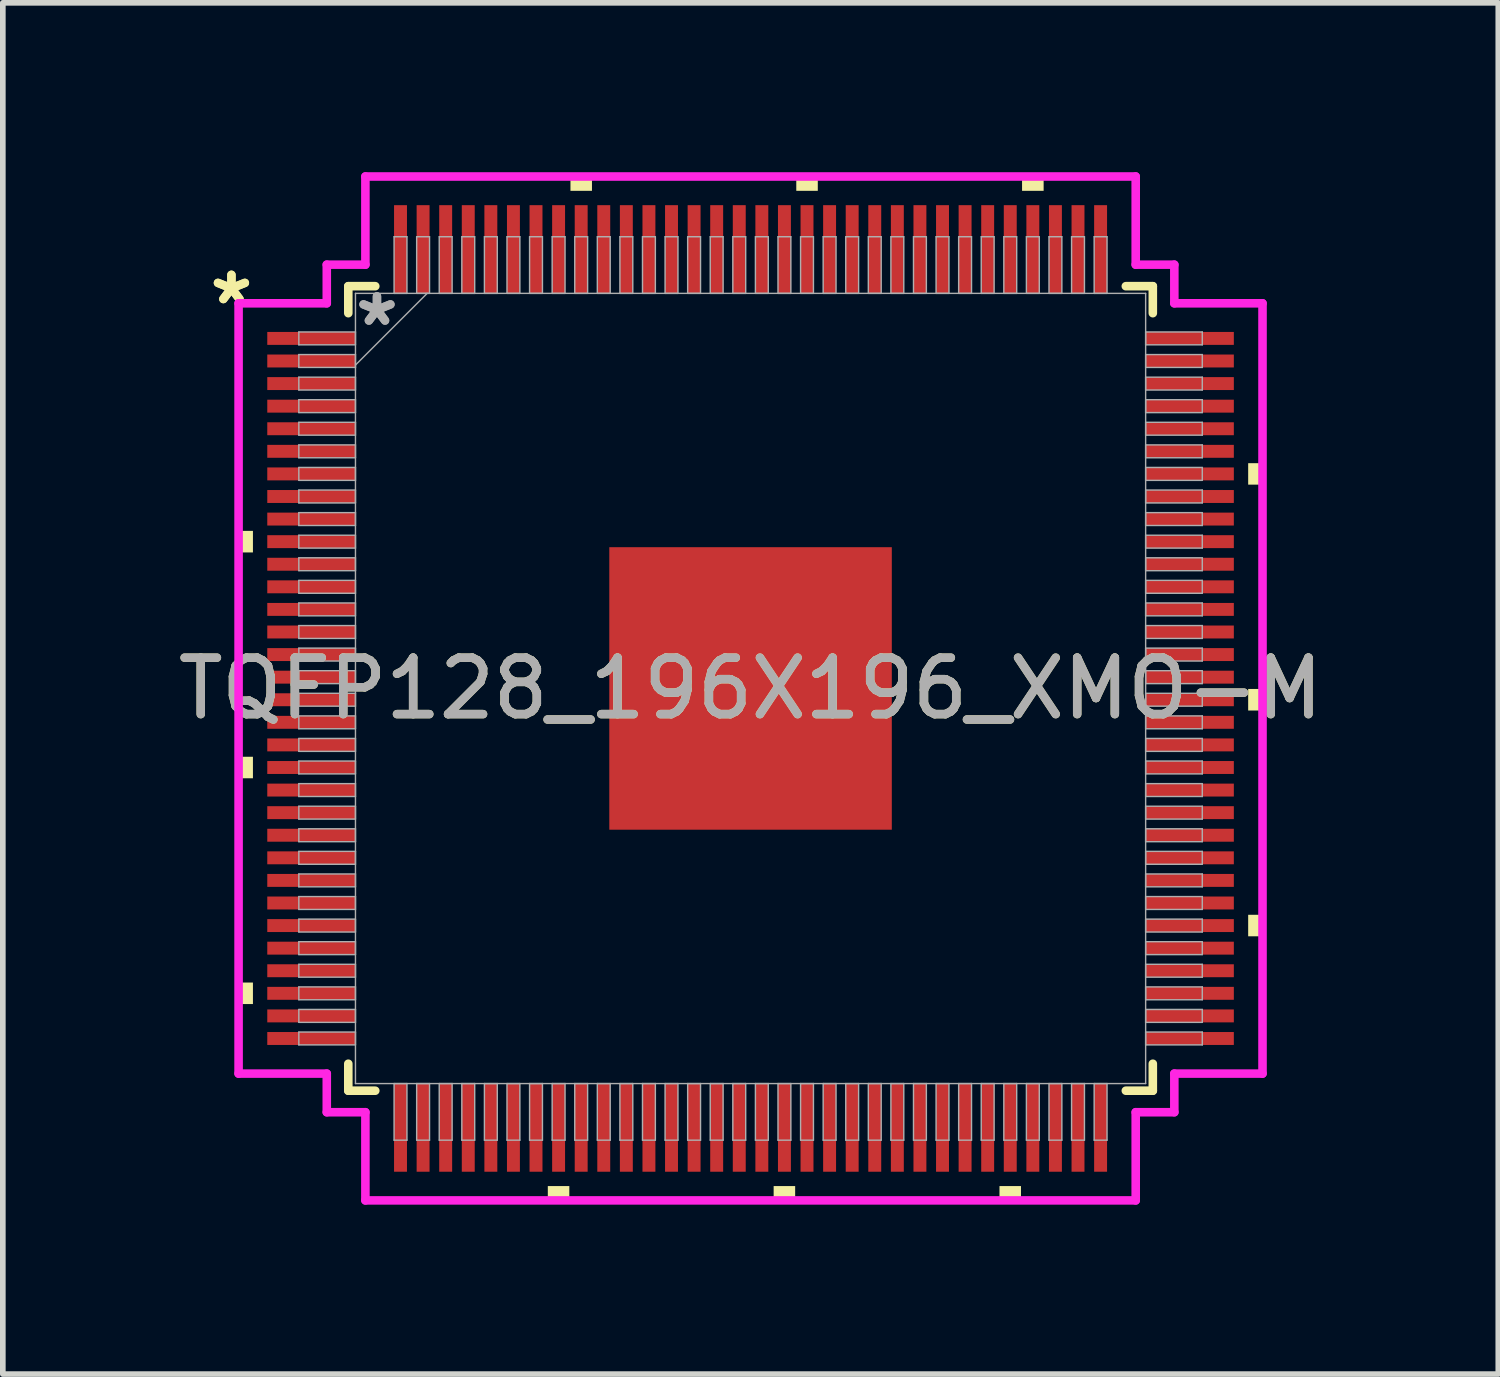
<source format=kicad_pcb>
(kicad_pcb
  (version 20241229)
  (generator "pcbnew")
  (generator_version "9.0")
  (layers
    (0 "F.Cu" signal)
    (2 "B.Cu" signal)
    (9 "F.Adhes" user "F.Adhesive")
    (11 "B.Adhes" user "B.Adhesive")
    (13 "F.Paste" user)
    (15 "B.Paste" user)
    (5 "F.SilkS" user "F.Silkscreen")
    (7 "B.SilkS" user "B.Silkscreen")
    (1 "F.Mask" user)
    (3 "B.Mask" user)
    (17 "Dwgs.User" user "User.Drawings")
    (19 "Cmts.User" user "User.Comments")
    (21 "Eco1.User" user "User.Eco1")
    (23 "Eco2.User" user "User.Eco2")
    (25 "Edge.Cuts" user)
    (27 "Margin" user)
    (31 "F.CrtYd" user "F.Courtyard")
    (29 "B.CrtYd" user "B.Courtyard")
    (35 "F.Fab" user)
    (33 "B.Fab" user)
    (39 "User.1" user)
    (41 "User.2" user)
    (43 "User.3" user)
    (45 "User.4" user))
  (footprint "TQFP128_196X196_XMO-M"
    (layer "F.Cu")
    (at 10.244 9.144)
    (property "Reference" "TQFP128_196X196_XMO-M" (at 0 0 0) (unlocked yes) (layer "F.SilkS") (effects (font (size 1 1) (thickness 0.15))))
    (attr smd)
    (fp_line (start -7.125 -7.125) (end -7.125 -6.647) (stroke (width 0.152) (type solid)) (layer "F.SilkS"))
    (fp_line (start -7.125 6.647) (end -7.125 7.125) (stroke (width 0.152) (type solid)) (layer "F.SilkS"))
    (fp_line (start -7.125 7.125) (end -6.647 7.125) (stroke (width 0.152) (type solid)) (layer "F.SilkS"))
    (fp_line (start -6.647 -7.125) (end -7.125 -7.125) (stroke (width 0.152) (type solid)) (layer "F.SilkS"))
    (fp_line (start 6.647 7.125) (end 7.125 7.125) (stroke (width 0.152) (type solid)) (layer "F.SilkS"))
    (fp_line (start 7.125 -7.125) (end 6.647 -7.125) (stroke (width 0.152) (type solid)) (layer "F.SilkS"))
    (fp_line (start 7.125 -6.647) (end 7.125 -7.125) (stroke (width 0.152) (type solid)) (layer "F.SilkS"))
    (fp_line (start 7.125 7.125) (end 7.125 6.647) (stroke (width 0.152) (type solid)) (layer "F.SilkS"))
    (fp_poly (pts (xy -9.068 -2.791) (xy -9.068 -2.409) (xy -8.814 -2.409) (xy -8.814 -2.791)) (stroke (width 0) (type solid)) (fill yes) (layer "F.SilkS"))
    (fp_poly (pts (xy -9.068 1.21) (xy -9.068 1.591) (xy -8.814 1.591) (xy -8.814 1.21)) (stroke (width 0) (type solid)) (fill yes) (layer "F.SilkS"))
    (fp_poly (pts (xy -9.068 5.209) (xy -9.068 5.59) (xy -8.814 5.59) (xy -8.814 5.209)) (stroke (width 0) (type solid)) (fill yes) (layer "F.SilkS"))
    (fp_poly (pts (xy -3.591 8.814) (xy -3.591 9.068) (xy -3.21 9.068) (xy -3.21 8.814)) (stroke (width 0) (type solid)) (fill yes) (layer "F.SilkS"))
    (fp_poly (pts (xy -3.19 -8.814) (xy -3.19 -9.068) (xy -2.809 -9.068) (xy -2.809 -8.814)) (stroke (width 0) (type solid)) (fill yes) (layer "F.SilkS"))
    (fp_poly (pts (xy 0.409 8.814) (xy 0.409 9.068) (xy 0.79 9.068) (xy 0.79 8.814)) (stroke (width 0) (type solid)) (fill yes) (layer "F.SilkS"))
    (fp_poly (pts (xy 0.81 -8.814) (xy 0.81 -9.068) (xy 1.191 -9.068) (xy 1.191 -8.814)) (stroke (width 0) (type solid)) (fill yes) (layer "F.SilkS"))
    (fp_poly (pts (xy 4.409 8.814) (xy 4.409 9.068) (xy 4.79 9.068) (xy 4.79 8.814)) (stroke (width 0) (type solid)) (fill yes) (layer "F.SilkS"))
    (fp_poly (pts (xy 4.809 -8.814) (xy 4.809 -9.068) (xy 5.191 -9.068) (xy 5.191 -8.814)) (stroke (width 0) (type solid)) (fill yes) (layer "F.SilkS"))
    (fp_poly (pts (xy 9.068 -3.99) (xy 9.068 -3.61) (xy 8.814 -3.61) (xy 8.814 -3.99)) (stroke (width 0) (type solid)) (fill yes) (layer "F.SilkS"))
    (fp_poly (pts (xy 9.068 0.009) (xy 9.068 0.391) (xy 8.814 0.391) (xy 8.814 0.009)) (stroke (width 0) (type solid)) (fill yes) (layer "F.SilkS"))
    (fp_poly (pts (xy 9.068 4.009) (xy 9.068 4.39) (xy 8.814 4.39) (xy 8.814 4.009)) (stroke (width 0) (type solid)) (fill yes) (layer "F.SilkS"))
    (fp_poly (pts (xy -2.402 -2.402) (xy -2.402 -0.934) (xy -0.934 -0.934) (xy -0.934 -2.402)) (stroke (width 0) (type solid)) (fill yes) (layer "F.Paste"))
    (fp_poly (pts (xy -2.402 -0.734) (xy -2.402 0.734) (xy -0.934 0.734) (xy -0.934 -0.734)) (stroke (width 0) (type solid)) (fill yes) (layer "F.Paste"))
    (fp_poly (pts (xy -2.402 0.934) (xy -2.402 2.402) (xy -0.934 2.402) (xy -0.934 0.934)) (stroke (width 0) (type solid)) (fill yes) (layer "F.Paste"))
    (fp_poly (pts (xy -0.734 -2.402) (xy -0.734 -0.934) (xy 0.734 -0.934) (xy 0.734 -2.402)) (stroke (width 0) (type solid)) (fill yes) (layer "F.Paste"))
    (fp_poly (pts (xy -0.734 -0.734) (xy -0.734 0.734) (xy 0.734 0.734) (xy 0.734 -0.734)) (stroke (width 0) (type solid)) (fill yes) (layer "F.Paste"))
    (fp_poly (pts (xy -0.734 0.934) (xy -0.734 2.402) (xy 0.734 2.402) (xy 0.734 0.934)) (stroke (width 0) (type solid)) (fill yes) (layer "F.Paste"))
    (fp_poly (pts (xy 0.934 -2.402) (xy 0.934 -0.934) (xy 2.402 -0.934) (xy 2.402 -2.402)) (stroke (width 0) (type solid)) (fill yes) (layer "F.Paste"))
    (fp_poly (pts (xy 0.934 -0.734) (xy 0.934 0.734) (xy 2.402 0.734) (xy 2.402 -0.734)) (stroke (width 0) (type solid)) (fill yes) (layer "F.Paste"))
    (fp_poly (pts (xy 0.934 0.934) (xy 0.934 2.402) (xy 2.402 2.402) (xy 2.402 0.934)) (stroke (width 0) (type solid)) (fill yes) (layer "F.Paste"))
    (fp_line (start -9.068 -6.822) (end -7.506 -6.822) (stroke (width 0.152) (type solid)) (layer "F.CrtYd"))
    (fp_line (start -9.068 6.822) (end -9.068 -6.822) (stroke (width 0.152) (type solid)) (layer "F.CrtYd"))
    (fp_line (start -7.506 -7.506) (end -6.822 -7.506) (stroke (width 0.152) (type solid)) (layer "F.CrtYd"))
    (fp_line (start -7.506 -6.822) (end -7.506 -7.506) (stroke (width 0.152) (type solid)) (layer "F.CrtYd"))
    (fp_line (start -7.506 6.822) (end -9.068 6.822) (stroke (width 0.152) (type solid)) (layer "F.CrtYd"))
    (fp_line (start -7.506 7.506) (end -7.506 6.822) (stroke (width 0.152) (type solid)) (layer "F.CrtYd"))
    (fp_line (start -7.506 7.506) (end -6.822 7.506) (stroke (width 0.152) (type solid)) (layer "F.CrtYd"))
    (fp_line (start -6.822 -9.068) (end 6.822 -9.068) (stroke (width 0.152) (type solid)) (layer "F.CrtYd"))
    (fp_line (start -6.822 -7.506) (end -6.822 -9.068) (stroke (width 0.152) (type solid)) (layer "F.CrtYd"))
    (fp_line (start -6.822 7.506) (end -6.822 9.068) (stroke (width 0.152) (type solid)) (layer "F.CrtYd"))
    (fp_line (start -6.822 9.068) (end 6.822 9.068) (stroke (width 0.152) (type solid)) (layer "F.CrtYd"))
    (fp_line (start 6.822 -9.068) (end 6.822 -7.506) (stroke (width 0.152) (type solid)) (layer "F.CrtYd"))
    (fp_line (start 6.822 -7.506) (end 7.506 -7.506) (stroke (width 0.152) (type solid)) (layer "F.CrtYd"))
    (fp_line (start 6.822 7.506) (end 7.506 7.506) (stroke (width 0.152) (type solid)) (layer "F.CrtYd"))
    (fp_line (start 6.822 9.068) (end 6.822 7.506) (stroke (width 0.152) (type solid)) (layer "F.CrtYd"))
    (fp_line (start 7.506 -6.822) (end 7.506 -7.506) (stroke (width 0.152) (type solid)) (layer "F.CrtYd"))
    (fp_line (start 7.506 6.822) (end 9.068 6.822) (stroke (width 0.152) (type solid)) (layer "F.CrtYd"))
    (fp_line (start 7.506 7.506) (end 7.506 6.822) (stroke (width 0.152) (type solid)) (layer "F.CrtYd"))
    (fp_line (start 9.068 -6.822) (end 7.506 -6.822) (stroke (width 0.152) (type solid)) (layer "F.CrtYd"))
    (fp_line (start 9.068 6.822) (end 9.068 -6.822) (stroke (width 0.152) (type solid)) (layer "F.CrtYd"))
    (fp_line (start -8.001 -6.314) (end -8.001 -6.086) (stroke (width 0.025) (type solid)) (layer "F.Fab"))
    (fp_line (start -8.001 -6.086) (end -6.998 -6.086) (stroke (width 0.025) (type solid)) (layer "F.Fab"))
    (fp_line (start -8.001 -5.914) (end -8.001 -5.686) (stroke (width 0.025) (type solid)) (layer "F.Fab"))
    (fp_line (start -8.001 -5.686) (end -6.998 -5.686) (stroke (width 0.025) (type solid)) (layer "F.Fab"))
    (fp_line (start -8.001 -5.514) (end -8.001 -5.286) (stroke (width 0.025) (type solid)) (layer "F.Fab"))
    (fp_line (start -8.001 -5.286) (end -6.998 -5.286) (stroke (width 0.025) (type solid)) (layer "F.Fab"))
    (fp_line (start -8.001 -5.114) (end -8.001 -4.886) (stroke (width 0.025) (type solid)) (layer "F.Fab"))
    (fp_line (start -8.001 -4.886) (end -6.998 -4.886) (stroke (width 0.025) (type solid)) (layer "F.Fab"))
    (fp_line (start -8.001 -4.714) (end -8.001 -4.486) (stroke (width 0.025) (type solid)) (layer "F.Fab"))
    (fp_line (start -8.001 -4.486) (end -6.998 -4.486) (stroke (width 0.025) (type solid)) (layer "F.Fab"))
    (fp_line (start -8.001 -4.314) (end -8.001 -4.086) (stroke (width 0.025) (type solid)) (layer "F.Fab"))
    (fp_line (start -8.001 -4.086) (end -6.998 -4.086) (stroke (width 0.025) (type solid)) (layer "F.Fab"))
    (fp_line (start -8.001 -3.914) (end -8.001 -3.686) (stroke (width 0.025) (type solid)) (layer "F.Fab"))
    (fp_line (start -8.001 -3.686) (end -6.998 -3.686) (stroke (width 0.025) (type solid)) (layer "F.Fab"))
    (fp_line (start -8.001 -3.514) (end -8.001 -3.286) (stroke (width 0.025) (type solid)) (layer "F.Fab"))
    (fp_line (start -8.001 -3.286) (end -6.998 -3.286) (stroke (width 0.025) (type solid)) (layer "F.Fab"))
    (fp_line (start -8.001 -3.114) (end -8.001 -2.886) (stroke (width 0.025) (type solid)) (layer "F.Fab"))
    (fp_line (start -8.001 -2.886) (end -6.998 -2.886) (stroke (width 0.025) (type solid)) (layer "F.Fab"))
    (fp_line (start -8.001 -2.714) (end -8.001 -2.486) (stroke (width 0.025) (type solid)) (layer "F.Fab"))
    (fp_line (start -8.001 -2.486) (end -6.998 -2.486) (stroke (width 0.025) (type solid)) (layer "F.Fab"))
    (fp_line (start -8.001 -2.314) (end -8.001 -2.086) (stroke (width 0.025) (type solid)) (layer "F.Fab"))
    (fp_line (start -8.001 -2.086) (end -6.998 -2.086) (stroke (width 0.025) (type solid)) (layer "F.Fab"))
    (fp_line (start -8.001 -1.914) (end -8.001 -1.686) (stroke (width 0.025) (type solid)) (layer "F.Fab"))
    (fp_line (start -8.001 -1.686) (end -6.998 -1.686) (stroke (width 0.025) (type solid)) (layer "F.Fab"))
    (fp_line (start -8.001 -1.514) (end -8.001 -1.286) (stroke (width 0.025) (type solid)) (layer "F.Fab"))
    (fp_line (start -8.001 -1.286) (end -6.998 -1.286) (stroke (width 0.025) (type solid)) (layer "F.Fab"))
    (fp_line (start -8.001 -1.114) (end -8.001 -0.886) (stroke (width 0.025) (type solid)) (layer "F.Fab"))
    (fp_line (start -8.001 -0.886) (end -6.998 -0.886) (stroke (width 0.025) (type solid)) (layer "F.Fab"))
    (fp_line (start -8.001 -0.714) (end -8.001 -0.486) (stroke (width 0.025) (type solid)) (layer "F.Fab"))
    (fp_line (start -8.001 -0.486) (end -6.998 -0.486) (stroke (width 0.025) (type solid)) (layer "F.Fab"))
    (fp_line (start -8.001 -0.314) (end -8.001 -0.086) (stroke (width 0.025) (type solid)) (layer "F.Fab"))
    (fp_line (start -8.001 -0.086) (end -6.998 -0.086) (stroke (width 0.025) (type solid)) (layer "F.Fab"))
    (fp_line (start -8.001 0.086) (end -8.001 0.314) (stroke (width 0.025) (type solid)) (layer "F.Fab"))
    (fp_line (start -8.001 0.314) (end -6.998 0.314) (stroke (width 0.025) (type solid)) (layer "F.Fab"))
    (fp_line (start -8.001 0.486) (end -8.001 0.714) (stroke (width 0.025) (type solid)) (layer "F.Fab"))
    (fp_line (start -8.001 0.714) (end -6.998 0.714) (stroke (width 0.025) (type solid)) (layer "F.Fab"))
    (fp_line (start -8.001 0.886) (end -8.001 1.114) (stroke (width 0.025) (type solid)) (layer "F.Fab"))
    (fp_line (start -8.001 1.114) (end -6.998 1.114) (stroke (width 0.025) (type solid)) (layer "F.Fab"))
    (fp_line (start -8.001 1.286) (end -8.001 1.514) (stroke (width 0.025) (type solid)) (layer "F.Fab"))
    (fp_line (start -8.001 1.514) (end -6.998 1.514) (stroke (width 0.025) (type solid)) (layer "F.Fab"))
    (fp_line (start -8.001 1.686) (end -8.001 1.914) (stroke (width 0.025) (type solid)) (layer "F.Fab"))
    (fp_line (start -8.001 1.914) (end -6.998 1.914) (stroke (width 0.025) (type solid)) (layer "F.Fab"))
    (fp_line (start -8.001 2.086) (end -8.001 2.314) (stroke (width 0.025) (type solid)) (layer "F.Fab"))
    (fp_line (start -8.001 2.314) (end -6.998 2.314) (stroke (width 0.025) (type solid)) (layer "F.Fab"))
    (fp_line (start -8.001 2.486) (end -8.001 2.714) (stroke (width 0.025) (type solid)) (layer "F.Fab"))
    (fp_line (start -8.001 2.714) (end -6.998 2.714) (stroke (width 0.025) (type solid)) (layer "F.Fab"))
    (fp_line (start -8.001 2.886) (end -8.001 3.114) (stroke (width 0.025) (type solid)) (layer "F.Fab"))
    (fp_line (start -8.001 3.114) (end -6.998 3.114) (stroke (width 0.025) (type solid)) (layer "F.Fab"))
    (fp_line (start -8.001 3.286) (end -8.001 3.514) (stroke (width 0.025) (type solid)) (layer "F.Fab"))
    (fp_line (start -8.001 3.514) (end -6.998 3.514) (stroke (width 0.025) (type solid)) (layer "F.Fab"))
    (fp_line (start -8.001 3.686) (end -8.001 3.914) (stroke (width 0.025) (type solid)) (layer "F.Fab"))
    (fp_line (start -8.001 3.914) (end -6.998 3.914) (stroke (width 0.025) (type solid)) (layer "F.Fab"))
    (fp_line (start -8.001 4.086) (end -8.001 4.314) (stroke (width 0.025) (type solid)) (layer "F.Fab"))
    (fp_line (start -8.001 4.314) (end -6.998 4.314) (stroke (width 0.025) (type solid)) (layer "F.Fab"))
    (fp_line (start -8.001 4.486) (end -8.001 4.714) (stroke (width 0.025) (type solid)) (layer "F.Fab"))
    (fp_line (start -8.001 4.714) (end -6.998 4.714) (stroke (width 0.025) (type solid)) (layer "F.Fab"))
    (fp_line (start -8.001 4.886) (end -8.001 5.114) (stroke (width 0.025) (type solid)) (layer "F.Fab"))
    (fp_line (start -8.001 5.114) (end -6.998 5.114) (stroke (width 0.025) (type solid)) (layer "F.Fab"))
    (fp_line (start -8.001 5.286) (end -8.001 5.514) (stroke (width 0.025) (type solid)) (layer "F.Fab"))
    (fp_line (start -8.001 5.514) (end -6.998 5.514) (stroke (width 0.025) (type solid)) (layer "F.Fab"))
    (fp_line (start -8.001 5.686) (end -8.001 5.914) (stroke (width 0.025) (type solid)) (layer "F.Fab"))
    (fp_line (start -8.001 5.914) (end -6.998 5.914) (stroke (width 0.025) (type solid)) (layer "F.Fab"))
    (fp_line (start -8.001 6.086) (end -8.001 6.314) (stroke (width 0.025) (type solid)) (layer "F.Fab"))
    (fp_line (start -8.001 6.314) (end -6.998 6.314) (stroke (width 0.025) (type solid)) (layer "F.Fab"))
    (fp_line (start -6.998 -6.998) (end -6.998 6.998) (stroke (width 0.025) (type solid)) (layer "F.Fab"))
    (fp_line (start -6.998 -6.314) (end -8.001 -6.314) (stroke (width 0.025) (type solid)) (layer "F.Fab"))
    (fp_line (start -6.998 -6.086) (end -6.998 -6.314) (stroke (width 0.025) (type solid)) (layer "F.Fab"))
    (fp_line (start -6.998 -5.914) (end -8.001 -5.914) (stroke (width 0.025) (type solid)) (layer "F.Fab"))
    (fp_line (start -6.998 -5.728) (end -5.728 -6.998) (stroke (width 0.025) (type solid)) (layer "F.Fab"))
    (fp_line (start -6.998 -5.686) (end -6.998 -5.914) (stroke (width 0.025) (type solid)) (layer "F.Fab"))
    (fp_line (start -6.998 -5.514) (end -8.001 -5.514) (stroke (width 0.025) (type solid)) (layer "F.Fab"))
    (fp_line (start -6.998 -5.286) (end -6.998 -5.514) (stroke (width 0.025) (type solid)) (layer "F.Fab"))
    (fp_line (start -6.998 -5.114) (end -8.001 -5.114) (stroke (width 0.025) (type solid)) (layer "F.Fab"))
    (fp_line (start -6.998 -4.886) (end -6.998 -5.114) (stroke (width 0.025) (type solid)) (layer "F.Fab"))
    (fp_line (start -6.998 -4.714) (end -8.001 -4.714) (stroke (width 0.025) (type solid)) (layer "F.Fab"))
    (fp_line (start -6.998 -4.486) (end -6.998 -4.714) (stroke (width 0.025) (type solid)) (layer "F.Fab"))
    (fp_line (start -6.998 -4.314) (end -8.001 -4.314) (stroke (width 0.025) (type solid)) (layer "F.Fab"))
    (fp_line (start -6.998 -4.086) (end -6.998 -4.314) (stroke (width 0.025) (type solid)) (layer "F.Fab"))
    (fp_line (start -6.998 -3.914) (end -8.001 -3.914) (stroke (width 0.025) (type solid)) (layer "F.Fab"))
    (fp_line (start -6.998 -3.686) (end -6.998 -3.914) (stroke (width 0.025) (type solid)) (layer "F.Fab"))
    (fp_line (start -6.998 -3.514) (end -8.001 -3.514) (stroke (width 0.025) (type solid)) (layer "F.Fab"))
    (fp_line (start -6.998 -3.286) (end -6.998 -3.514) (stroke (width 0.025) (type solid)) (layer "F.Fab"))
    (fp_line (start -6.998 -3.114) (end -8.001 -3.114) (stroke (width 0.025) (type solid)) (layer "F.Fab"))
    (fp_line (start -6.998 -2.886) (end -6.998 -3.114) (stroke (width 0.025) (type solid)) (layer "F.Fab"))
    (fp_line (start -6.998 -2.714) (end -8.001 -2.714) (stroke (width 0.025) (type solid)) (layer "F.Fab"))
    (fp_line (start -6.998 -2.486) (end -6.998 -2.714) (stroke (width 0.025) (type solid)) (layer "F.Fab"))
    (fp_line (start -6.998 -2.314) (end -8.001 -2.314) (stroke (width 0.025) (type solid)) (layer "F.Fab"))
    (fp_line (start -6.998 -2.086) (end -6.998 -2.314) (stroke (width 0.025) (type solid)) (layer "F.Fab"))
    (fp_line (start -6.998 -1.914) (end -8.001 -1.914) (stroke (width 0.025) (type solid)) (layer "F.Fab"))
    (fp_line (start -6.998 -1.686) (end -6.998 -1.914) (stroke (width 0.025) (type solid)) (layer "F.Fab"))
    (fp_line (start -6.998 -1.514) (end -8.001 -1.514) (stroke (width 0.025) (type solid)) (layer "F.Fab"))
    (fp_line (start -6.998 -1.286) (end -6.998 -1.514) (stroke (width 0.025) (type solid)) (layer "F.Fab"))
    (fp_line (start -6.998 -1.114) (end -8.001 -1.114) (stroke (width 0.025) (type solid)) (layer "F.Fab"))
    (fp_line (start -6.998 -0.886) (end -6.998 -1.114) (stroke (width 0.025) (type solid)) (layer "F.Fab"))
    (fp_line (start -6.998 -0.714) (end -8.001 -0.714) (stroke (width 0.025) (type solid)) (layer "F.Fab"))
    (fp_line (start -6.998 -0.486) (end -6.998 -0.714) (stroke (width 0.025) (type solid)) (layer "F.Fab"))
    (fp_line (start -6.998 -0.314) (end -8.001 -0.314) (stroke (width 0.025) (type solid)) (layer "F.Fab"))
    (fp_line (start -6.998 -0.086) (end -6.998 -0.314) (stroke (width 0.025) (type solid)) (layer "F.Fab"))
    (fp_line (start -6.998 0.086) (end -8.001 0.086) (stroke (width 0.025) (type solid)) (layer "F.Fab"))
    (fp_line (start -6.998 0.314) (end -6.998 0.086) (stroke (width 0.025) (type solid)) (layer "F.Fab"))
    (fp_line (start -6.998 0.486) (end -8.001 0.486) (stroke (width 0.025) (type solid)) (layer "F.Fab"))
    (fp_line (start -6.998 0.714) (end -6.998 0.486) (stroke (width 0.025) (type solid)) (layer "F.Fab"))
    (fp_line (start -6.998 0.886) (end -8.001 0.886) (stroke (width 0.025) (type solid)) (layer "F.Fab"))
    (fp_line (start -6.998 1.114) (end -6.998 0.886) (stroke (width 0.025) (type solid)) (layer "F.Fab"))
    (fp_line (start -6.998 1.286) (end -8.001 1.286) (stroke (width 0.025) (type solid)) (layer "F.Fab"))
    (fp_line (start -6.998 1.514) (end -6.998 1.286) (stroke (width 0.025) (type solid)) (layer "F.Fab"))
    (fp_line (start -6.998 1.686) (end -8.001 1.686) (stroke (width 0.025) (type solid)) (layer "F.Fab"))
    (fp_line (start -6.998 1.914) (end -6.998 1.686) (stroke (width 0.025) (type solid)) (layer "F.Fab"))
    (fp_line (start -6.998 2.086) (end -8.001 2.086) (stroke (width 0.025) (type solid)) (layer "F.Fab"))
    (fp_line (start -6.998 2.314) (end -6.998 2.086) (stroke (width 0.025) (type solid)) (layer "F.Fab"))
    (fp_line (start -6.998 2.486) (end -8.001 2.486) (stroke (width 0.025) (type solid)) (layer "F.Fab"))
    (fp_line (start -6.998 2.714) (end -6.998 2.486) (stroke (width 0.025) (type solid)) (layer "F.Fab"))
    (fp_line (start -6.998 2.886) (end -8.001 2.886) (stroke (width 0.025) (type solid)) (layer "F.Fab"))
    (fp_line (start -6.998 3.114) (end -6.998 2.886) (stroke (width 0.025) (type solid)) (layer "F.Fab"))
    (fp_line (start -6.998 3.286) (end -8.001 3.286) (stroke (width 0.025) (type solid)) (layer "F.Fab"))
    (fp_line (start -6.998 3.514) (end -6.998 3.286) (stroke (width 0.025) (type solid)) (layer "F.Fab"))
    (fp_line (start -6.998 3.686) (end -8.001 3.686) (stroke (width 0.025) (type solid)) (layer "F.Fab"))
    (fp_line (start -6.998 3.914) (end -6.998 3.686) (stroke (width 0.025) (type solid)) (layer "F.Fab"))
    (fp_line (start -6.998 4.086) (end -8.001 4.086) (stroke (width 0.025) (type solid)) (layer "F.Fab"))
    (fp_line (start -6.998 4.314) (end -6.998 4.086) (stroke (width 0.025) (type solid)) (layer "F.Fab"))
    (fp_line (start -6.998 4.486) (end -8.001 4.486) (stroke (width 0.025) (type solid)) (layer "F.Fab"))
    (fp_line (start -6.998 4.714) (end -6.998 4.486) (stroke (width 0.025) (type solid)) (layer "F.Fab"))
    (fp_line (start -6.998 4.886) (end -8.001 4.886) (stroke (width 0.025) (type solid)) (layer "F.Fab"))
    (fp_line (start -6.998 5.114) (end -6.998 4.886) (stroke (width 0.025) (type solid)) (layer "F.Fab"))
    (fp_line (start -6.998 5.286) (end -8.001 5.286) (stroke (width 0.025) (type solid)) (layer "F.Fab"))
    (fp_line (start -6.998 5.514) (end -6.998 5.286) (stroke (width 0.025) (type solid)) (layer "F.Fab"))
    (fp_line (start -6.998 5.686) (end -8.001 5.686) (stroke (width 0.025) (type solid)) (layer "F.Fab"))
    (fp_line (start -6.998 5.914) (end -6.998 5.686) (stroke (width 0.025) (type solid)) (layer "F.Fab"))
    (fp_line (start -6.998 6.086) (end -8.001 6.086) (stroke (width 0.025) (type solid)) (layer "F.Fab"))
    (fp_line (start -6.998 6.314) (end -6.998 6.086) (stroke (width 0.025) (type solid)) (layer "F.Fab"))
    (fp_line (start -6.998 6.998) (end 6.998 6.998) (stroke (width 0.025) (type solid)) (layer "F.Fab"))
    (fp_line (start -6.314 -8.001) (end -6.314 -6.998) (stroke (width 0.025) (type solid)) (layer "F.Fab"))
    (fp_line (start -6.314 -6.998) (end -6.086 -6.998) (stroke (width 0.025) (type solid)) (layer "F.Fab"))
    (fp_line (start -6.314 6.998) (end -6.314 8.001) (stroke (width 0.025) (type solid)) (layer "F.Fab"))
    (fp_line (start -6.314 8.001) (end -6.086 8.001) (stroke (width 0.025) (type solid)) (layer "F.Fab"))
    (fp_line (start -6.086 -8.001) (end -6.314 -8.001) (stroke (width 0.025) (type solid)) (layer "F.Fab"))
    (fp_line (start -6.086 -6.998) (end -6.086 -8.001) (stroke (width 0.025) (type solid)) (layer "F.Fab"))
    (fp_line (start -6.086 6.998) (end -6.314 6.998) (stroke (width 0.025) (type solid)) (layer "F.Fab"))
    (fp_line (start -6.086 8.001) (end -6.086 6.998) (stroke (width 0.025) (type solid)) (layer "F.Fab"))
    (fp_line (start -5.914 6.998) (end -5.914 8.001) (stroke (width 0.025) (type solid)) (layer "F.Fab"))
    (fp_line (start -5.914 8.001) (end -5.686 8.001) (stroke (width 0.025) (type solid)) (layer "F.Fab"))
    (fp_line (start -5.914 -8.001) (end -5.914 -6.998) (stroke (width 0.025) (type solid)) (layer "F.Fab"))
    (fp_line (start -5.914 -6.998) (end -5.686 -6.998) (stroke (width 0.025) (type solid)) (layer "F.Fab"))
    (fp_line (start -5.686 6.998) (end -5.914 6.998) (stroke (width 0.025) (type solid)) (layer "F.Fab"))
    (fp_line (start -5.686 8.001) (end -5.686 6.998) (stroke (width 0.025) (type solid)) (layer "F.Fab"))
    (fp_line (start -5.686 -8.001) (end -5.914 -8.001) (stroke (width 0.025) (type solid)) (layer "F.Fab"))
    (fp_line (start -5.686 -6.998) (end -5.686 -8.001) (stroke (width 0.025) (type solid)) (layer "F.Fab"))
    (fp_line (start -5.514 6.998) (end -5.514 8.001) (stroke (width 0.025) (type solid)) (layer "F.Fab"))
    (fp_line (start -5.514 8.001) (end -5.286 8.001) (stroke (width 0.025) (type solid)) (layer "F.Fab"))
    (fp_line (start -5.514 -8.001) (end -5.514 -6.998) (stroke (width 0.025) (type solid)) (layer "F.Fab"))
    (fp_line (start -5.514 -6.998) (end -5.286 -6.998) (stroke (width 0.025) (type solid)) (layer "F.Fab"))
    (fp_line (start -5.286 6.998) (end -5.514 6.998) (stroke (width 0.025) (type solid)) (layer "F.Fab"))
    (fp_line (start -5.286 8.001) (end -5.286 6.998) (stroke (width 0.025) (type solid)) (layer "F.Fab"))
    (fp_line (start -5.286 -8.001) (end -5.514 -8.001) (stroke (width 0.025) (type solid)) (layer "F.Fab"))
    (fp_line (start -5.286 -6.998) (end -5.286 -8.001) (stroke (width 0.025) (type solid)) (layer "F.Fab"))
    (fp_line (start -5.114 6.998) (end -5.114 8.001) (stroke (width 0.025) (type solid)) (layer "F.Fab"))
    (fp_line (start -5.114 8.001) (end -4.886 8.001) (stroke (width 0.025) (type solid)) (layer "F.Fab"))
    (fp_line (start -5.114 -8.001) (end -5.114 -6.998) (stroke (width 0.025) (type solid)) (layer "F.Fab"))
    (fp_line (start -5.114 -6.998) (end -4.886 -6.998) (stroke (width 0.025) (type solid)) (layer "F.Fab"))
    (fp_line (start -4.886 6.998) (end -5.114 6.998) (stroke (width 0.025) (type solid)) (layer "F.Fab"))
    (fp_line (start -4.886 8.001) (end -4.886 6.998) (stroke (width 0.025) (type solid)) (layer "F.Fab"))
    (fp_line (start -4.886 -8.001) (end -5.114 -8.001) (stroke (width 0.025) (type solid)) (layer "F.Fab"))
    (fp_line (start -4.886 -6.998) (end -4.886 -8.001) (stroke (width 0.025) (type solid)) (layer "F.Fab"))
    (fp_line (start -4.714 6.998) (end -4.714 8.001) (stroke (width 0.025) (type solid)) (layer "F.Fab"))
    (fp_line (start -4.714 8.001) (end -4.486 8.001) (stroke (width 0.025) (type solid)) (layer "F.Fab"))
    (fp_line (start -4.714 -8.001) (end -4.714 -6.998) (stroke (width 0.025) (type solid)) (layer "F.Fab"))
    (fp_line (start -4.714 -6.998) (end -4.486 -6.998) (stroke (width 0.025) (type solid)) (layer "F.Fab"))
    (fp_line (start -4.486 6.998) (end -4.714 6.998) (stroke (width 0.025) (type solid)) (layer "F.Fab"))
    (fp_line (start -4.486 8.001) (end -4.486 6.998) (stroke (width 0.025) (type solid)) (layer "F.Fab"))
    (fp_line (start -4.486 -8.001) (end -4.714 -8.001) (stroke (width 0.025) (type solid)) (layer "F.Fab"))
    (fp_line (start -4.486 -6.998) (end -4.486 -8.001) (stroke (width 0.025) (type solid)) (layer "F.Fab"))
    (fp_line (start -4.314 6.998) (end -4.314 8.001) (stroke (width 0.025) (type solid)) (layer "F.Fab"))
    (fp_line (start -4.314 8.001) (end -4.086 8.001) (stroke (width 0.025) (type solid)) (layer "F.Fab"))
    (fp_line (start -4.314 -8.001) (end -4.314 -6.998) (stroke (width 0.025) (type solid)) (layer "F.Fab"))
    (fp_line (start -4.314 -6.998) (end -4.086 -6.998) (stroke (width 0.025) (type solid)) (layer "F.Fab"))
    (fp_line (start -4.086 6.998) (end -4.314 6.998) (stroke (width 0.025) (type solid)) (layer "F.Fab"))
    (fp_line (start -4.086 8.001) (end -4.086 6.998) (stroke (width 0.025) (type solid)) (layer "F.Fab"))
    (fp_line (start -4.086 -8.001) (end -4.314 -8.001) (stroke (width 0.025) (type solid)) (layer "F.Fab"))
    (fp_line (start -4.086 -6.998) (end -4.086 -8.001) (stroke (width 0.025) (type solid)) (layer "F.Fab"))
    (fp_line (start -3.914 6.998) (end -3.914 8.001) (stroke (width 0.025) (type solid)) (layer "F.Fab"))
    (fp_line (start -3.914 8.001) (end -3.686 8.001) (stroke (width 0.025) (type solid)) (layer "F.Fab"))
    (fp_line (start -3.914 -8.001) (end -3.914 -6.998) (stroke (width 0.025) (type solid)) (layer "F.Fab"))
    (fp_line (start -3.914 -6.998) (end -3.686 -6.998) (stroke (width 0.025) (type solid)) (layer "F.Fab"))
    (fp_line (start -3.686 6.998) (end -3.914 6.998) (stroke (width 0.025) (type solid)) (layer "F.Fab"))
    (fp_line (start -3.686 8.001) (end -3.686 6.998) (stroke (width 0.025) (type solid)) (layer "F.Fab"))
    (fp_line (start -3.686 -8.001) (end -3.914 -8.001) (stroke (width 0.025) (type solid)) (layer "F.Fab"))
    (fp_line (start -3.686 -6.998) (end -3.686 -8.001) (stroke (width 0.025) (type solid)) (layer "F.Fab"))
    (fp_line (start -3.514 6.998) (end -3.514 8.001) (stroke (width 0.025) (type solid)) (layer "F.Fab"))
    (fp_line (start -3.514 8.001) (end -3.286 8.001) (stroke (width 0.025) (type solid)) (layer "F.Fab"))
    (fp_line (start -3.514 -8.001) (end -3.514 -6.998) (stroke (width 0.025) (type solid)) (layer "F.Fab"))
    (fp_line (start -3.514 -6.998) (end -3.286 -6.998) (stroke (width 0.025) (type solid)) (layer "F.Fab"))
    (fp_line (start -3.286 6.998) (end -3.514 6.998) (stroke (width 0.025) (type solid)) (layer "F.Fab"))
    (fp_line (start -3.286 8.001) (end -3.286 6.998) (stroke (width 0.025) (type solid)) (layer "F.Fab"))
    (fp_line (start -3.286 -8.001) (end -3.514 -8.001) (stroke (width 0.025) (type solid)) (layer "F.Fab"))
    (fp_line (start -3.286 -6.998) (end -3.286 -8.001) (stroke (width 0.025) (type solid)) (layer "F.Fab"))
    (fp_line (start -3.114 6.998) (end -3.114 8.001) (stroke (width 0.025) (type solid)) (layer "F.Fab"))
    (fp_line (start -3.114 8.001) (end -2.886 8.001) (stroke (width 0.025) (type solid)) (layer "F.Fab"))
    (fp_line (start -3.114 -8.001) (end -3.114 -6.998) (stroke (width 0.025) (type solid)) (layer "F.Fab"))
    (fp_line (start -3.114 -6.998) (end -2.886 -6.998) (stroke (width 0.025) (type solid)) (layer "F.Fab"))
    (fp_line (start -2.886 6.998) (end -3.114 6.998) (stroke (width 0.025) (type solid)) (layer "F.Fab"))
    (fp_line (start -2.886 8.001) (end -2.886 6.998) (stroke (width 0.025) (type solid)) (layer "F.Fab"))
    (fp_line (start -2.886 -8.001) (end -3.114 -8.001) (stroke (width 0.025) (type solid)) (layer "F.Fab"))
    (fp_line (start -2.886 -6.998) (end -2.886 -8.001) (stroke (width 0.025) (type solid)) (layer "F.Fab"))
    (fp_line (start -2.714 -8.001) (end -2.714 -6.998) (stroke (width 0.025) (type solid)) (layer "F.Fab"))
    (fp_line (start -2.714 -6.998) (end -2.486 -6.998) (stroke (width 0.025) (type solid)) (layer "F.Fab"))
    (fp_line (start -2.714 6.998) (end -2.714 8.001) (stroke (width 0.025) (type solid)) (layer "F.Fab"))
    (fp_line (start -2.714 8.001) (end -2.486 8.001) (stroke (width 0.025) (type solid)) (layer "F.Fab"))
    (fp_line (start -2.486 -8.001) (end -2.714 -8.001) (stroke (width 0.025) (type solid)) (layer "F.Fab"))
    (fp_line (start -2.486 -6.998) (end -2.486 -8.001) (stroke (width 0.025) (type solid)) (layer "F.Fab"))
    (fp_line (start -2.486 6.998) (end -2.714 6.998) (stroke (width 0.025) (type solid)) (layer "F.Fab"))
    (fp_line (start -2.486 8.001) (end -2.486 6.998) (stroke (width 0.025) (type solid)) (layer "F.Fab"))
    (fp_line (start -2.314 -8.001) (end -2.314 -6.998) (stroke (width 0.025) (type solid)) (layer "F.Fab"))
    (fp_line (start -2.314 -6.998) (end -2.086 -6.998) (stroke (width 0.025) (type solid)) (layer "F.Fab"))
    (fp_line (start -2.314 6.998) (end -2.314 8.001) (stroke (width 0.025) (type solid)) (layer "F.Fab"))
    (fp_line (start -2.314 8.001) (end -2.086 8.001) (stroke (width 0.025) (type solid)) (layer "F.Fab"))
    (fp_line (start -2.086 -8.001) (end -2.314 -8.001) (stroke (width 0.025) (type solid)) (layer "F.Fab"))
    (fp_line (start -2.086 -6.998) (end -2.086 -8.001) (stroke (width 0.025) (type solid)) (layer "F.Fab"))
    (fp_line (start -2.086 6.998) (end -2.314 6.998) (stroke (width 0.025) (type solid)) (layer "F.Fab"))
    (fp_line (start -2.086 8.001) (end -2.086 6.998) (stroke (width 0.025) (type solid)) (layer "F.Fab"))
    (fp_line (start -1.914 -8.001) (end -1.914 -6.998) (stroke (width 0.025) (type solid)) (layer "F.Fab"))
    (fp_line (start -1.914 -6.998) (end -1.686 -6.998) (stroke (width 0.025) (type solid)) (layer "F.Fab"))
    (fp_line (start -1.914 6.998) (end -1.914 8.001) (stroke (width 0.025) (type solid)) (layer "F.Fab"))
    (fp_line (start -1.914 8.001) (end -1.686 8.001) (stroke (width 0.025) (type solid)) (layer "F.Fab"))
    (fp_line (start -1.686 -8.001) (end -1.914 -8.001) (stroke (width 0.025) (type solid)) (layer "F.Fab"))
    (fp_line (start -1.686 -6.998) (end -1.686 -8.001) (stroke (width 0.025) (type solid)) (layer "F.Fab"))
    (fp_line (start -1.686 6.998) (end -1.914 6.998) (stroke (width 0.025) (type solid)) (layer "F.Fab"))
    (fp_line (start -1.686 8.001) (end -1.686 6.998) (stroke (width 0.025) (type solid)) (layer "F.Fab"))
    (fp_line (start -1.514 -8.001) (end -1.514 -6.998) (stroke (width 0.025) (type solid)) (layer "F.Fab"))
    (fp_line (start -1.514 -6.998) (end -1.286 -6.998) (stroke (width 0.025) (type solid)) (layer "F.Fab"))
    (fp_line (start -1.514 6.998) (end -1.514 8.001) (stroke (width 0.025) (type solid)) (layer "F.Fab"))
    (fp_line (start -1.514 8.001) (end -1.286 8.001) (stroke (width 0.025) (type solid)) (layer "F.Fab"))
    (fp_line (start -1.286 -8.001) (end -1.514 -8.001) (stroke (width 0.025) (type solid)) (layer "F.Fab"))
    (fp_line (start -1.286 -6.998) (end -1.286 -8.001) (stroke (width 0.025) (type solid)) (layer "F.Fab"))
    (fp_line (start -1.286 6.998) (end -1.514 6.998) (stroke (width 0.025) (type solid)) (layer "F.Fab"))
    (fp_line (start -1.286 8.001) (end -1.286 6.998) (stroke (width 0.025) (type solid)) (layer "F.Fab"))
    (fp_line (start -1.114 -8.001) (end -1.114 -6.998) (stroke (width 0.025) (type solid)) (layer "F.Fab"))
    (fp_line (start -1.114 -6.998) (end -0.886 -6.998) (stroke (width 0.025) (type solid)) (layer "F.Fab"))
    (fp_line (start -1.114 6.998) (end -1.114 8.001) (stroke (width 0.025) (type solid)) (layer "F.Fab"))
    (fp_line (start -1.114 8.001) (end -0.886 8.001) (stroke (width 0.025) (type solid)) (layer "F.Fab"))
    (fp_line (start -0.886 -8.001) (end -1.114 -8.001) (stroke (width 0.025) (type solid)) (layer "F.Fab"))
    (fp_line (start -0.886 -6.998) (end -0.886 -8.001) (stroke (width 0.025) (type solid)) (layer "F.Fab"))
    (fp_line (start -0.886 6.998) (end -1.114 6.998) (stroke (width 0.025) (type solid)) (layer "F.Fab"))
    (fp_line (start -0.886 8.001) (end -0.886 6.998) (stroke (width 0.025) (type solid)) (layer "F.Fab"))
    (fp_line (start -0.714 -8.001) (end -0.714 -6.998) (stroke (width 0.025) (type solid)) (layer "F.Fab"))
    (fp_line (start -0.714 -6.998) (end -0.486 -6.998) (stroke (width 0.025) (type solid)) (layer "F.Fab"))
    (fp_line (start -0.714 6.998) (end -0.714 8.001) (stroke (width 0.025) (type solid)) (layer "F.Fab"))
    (fp_line (start -0.714 8.001) (end -0.486 8.001) (stroke (width 0.025) (type solid)) (layer "F.Fab"))
    (fp_line (start -0.486 -8.001) (end -0.714 -8.001) (stroke (width 0.025) (type solid)) (layer "F.Fab"))
    (fp_line (start -0.486 -6.998) (end -0.486 -8.001) (stroke (width 0.025) (type solid)) (layer "F.Fab"))
    (fp_line (start -0.486 6.998) (end -0.714 6.998) (stroke (width 0.025) (type solid)) (layer "F.Fab"))
    (fp_line (start -0.486 8.001) (end -0.486 6.998) (stroke (width 0.025) (type solid)) (layer "F.Fab"))
    (fp_line (start -0.314 -8.001) (end -0.314 -6.998) (stroke (width 0.025) (type solid)) (layer "F.Fab"))
    (fp_line (start -0.314 -6.998) (end -0.086 -6.998) (stroke (width 0.025) (type solid)) (layer "F.Fab"))
    (fp_line (start -0.314 6.998) (end -0.314 8.001) (stroke (width 0.025) (type solid)) (layer "F.Fab"))
    (fp_line (start -0.314 8.001) (end -0.086 8.001) (stroke (width 0.025) (type solid)) (layer "F.Fab"))
    (fp_line (start -0.086 -8.001) (end -0.314 -8.001) (stroke (width 0.025) (type solid)) (layer "F.Fab"))
    (fp_line (start -0.086 -6.998) (end -0.086 -8.001) (stroke (width 0.025) (type solid)) (layer "F.Fab"))
    (fp_line (start -0.086 6.998) (end -0.314 6.998) (stroke (width 0.025) (type solid)) (layer "F.Fab"))
    (fp_line (start -0.086 8.001) (end -0.086 6.998) (stroke (width 0.025) (type solid)) (layer "F.Fab"))
    (fp_line (start 0.086 -8.001) (end 0.086 -6.998) (stroke (width 0.025) (type solid)) (layer "F.Fab"))
    (fp_line (start 0.086 -6.998) (end 0.314 -6.998) (stroke (width 0.025) (type solid)) (layer "F.Fab"))
    (fp_line (start 0.086 6.998) (end 0.086 8.001) (stroke (width 0.025) (type solid)) (layer "F.Fab"))
    (fp_line (start 0.086 8.001) (end 0.314 8.001) (stroke (width 0.025) (type solid)) (layer "F.Fab"))
    (fp_line (start 0.314 -8.001) (end 0.086 -8.001) (stroke (width 0.025) (type solid)) (layer "F.Fab"))
    (fp_line (start 0.314 -6.998) (end 0.314 -8.001) (stroke (width 0.025) (type solid)) (layer "F.Fab"))
    (fp_line (start 0.314 6.998) (end 0.086 6.998) (stroke (width 0.025) (type solid)) (layer "F.Fab"))
    (fp_line (start 0.314 8.001) (end 0.314 6.998) (stroke (width 0.025) (type solid)) (layer "F.Fab"))
    (fp_line (start 0.486 -8.001) (end 0.486 -6.998) (stroke (width 0.025) (type solid)) (layer "F.Fab"))
    (fp_line (start 0.486 -6.998) (end 0.714 -6.998) (stroke (width 0.025) (type solid)) (layer "F.Fab"))
    (fp_line (start 0.486 6.998) (end 0.486 8.001) (stroke (width 0.025) (type solid)) (layer "F.Fab"))
    (fp_line (start 0.486 8.001) (end 0.714 8.001) (stroke (width 0.025) (type solid)) (layer "F.Fab"))
    (fp_line (start 0.714 -8.001) (end 0.486 -8.001) (stroke (width 0.025) (type solid)) (layer "F.Fab"))
    (fp_line (start 0.714 -6.998) (end 0.714 -8.001) (stroke (width 0.025) (type solid)) (layer "F.Fab"))
    (fp_line (start 0.714 6.998) (end 0.486 6.998) (stroke (width 0.025) (type solid)) (layer "F.Fab"))
    (fp_line (start 0.714 8.001) (end 0.714 6.998) (stroke (width 0.025) (type solid)) (layer "F.Fab"))
    (fp_line (start 0.886 -8.001) (end 0.886 -6.998) (stroke (width 0.025) (type solid)) (layer "F.Fab"))
    (fp_line (start 0.886 -6.998) (end 1.114 -6.998) (stroke (width 0.025) (type solid)) (layer "F.Fab"))
    (fp_line (start 0.886 6.998) (end 0.886 8.001) (stroke (width 0.025) (type solid)) (layer "F.Fab"))
    (fp_line (start 0.886 8.001) (end 1.114 8.001) (stroke (width 0.025) (type solid)) (layer "F.Fab"))
    (fp_line (start 1.114 -8.001) (end 0.886 -8.001) (stroke (width 0.025) (type solid)) (layer "F.Fab"))
    (fp_line (start 1.114 -6.998) (end 1.114 -8.001) (stroke (width 0.025) (type solid)) (layer "F.Fab"))
    (fp_line (start 1.114 6.998) (end 0.886 6.998) (stroke (width 0.025) (type solid)) (layer "F.Fab"))
    (fp_line (start 1.114 8.001) (end 1.114 6.998) (stroke (width 0.025) (type solid)) (layer "F.Fab"))
    (fp_line (start 1.286 -8.001) (end 1.286 -6.998) (stroke (width 0.025) (type solid)) (layer "F.Fab"))
    (fp_line (start 1.286 -6.998) (end 1.514 -6.998) (stroke (width 0.025) (type solid)) (layer "F.Fab"))
    (fp_line (start 1.286 6.998) (end 1.286 8.001) (stroke (width 0.025) (type solid)) (layer "F.Fab"))
    (fp_line (start 1.286 8.001) (end 1.514 8.001) (stroke (width 0.025) (type solid)) (layer "F.Fab"))
    (fp_line (start 1.514 -8.001) (end 1.286 -8.001) (stroke (width 0.025) (type solid)) (layer "F.Fab"))
    (fp_line (start 1.514 -6.998) (end 1.514 -8.001) (stroke (width 0.025) (type solid)) (layer "F.Fab"))
    (fp_line (start 1.514 6.998) (end 1.286 6.998) (stroke (width 0.025) (type solid)) (layer "F.Fab"))
    (fp_line (start 1.514 8.001) (end 1.514 6.998) (stroke (width 0.025) (type solid)) (layer "F.Fab"))
    (fp_line (start 1.686 -8.001) (end 1.686 -6.998) (stroke (width 0.025) (type solid)) (layer "F.Fab"))
    (fp_line (start 1.686 -6.998) (end 1.914 -6.998) (stroke (width 0.025) (type solid)) (layer "F.Fab"))
    (fp_line (start 1.686 6.998) (end 1.686 8.001) (stroke (width 0.025) (type solid)) (layer "F.Fab"))
    (fp_line (start 1.686 8.001) (end 1.914 8.001) (stroke (width 0.025) (type solid)) (layer "F.Fab"))
    (fp_line (start 1.914 -8.001) (end 1.686 -8.001) (stroke (width 0.025) (type solid)) (layer "F.Fab"))
    (fp_line (start 1.914 -6.998) (end 1.914 -8.001) (stroke (width 0.025) (type solid)) (layer "F.Fab"))
    (fp_line (start 1.914 6.998) (end 1.686 6.998) (stroke (width 0.025) (type solid)) (layer "F.Fab"))
    (fp_line (start 1.914 8.001) (end 1.914 6.998) (stroke (width 0.025) (type solid)) (layer "F.Fab"))
    (fp_line (start 2.086 -8.001) (end 2.086 -6.998) (stroke (width 0.025) (type solid)) (layer "F.Fab"))
    (fp_line (start 2.086 -6.998) (end 2.314 -6.998) (stroke (width 0.025) (type solid)) (layer "F.Fab"))
    (fp_line (start 2.086 6.998) (end 2.086 8.001) (stroke (width 0.025) (type solid)) (layer "F.Fab"))
    (fp_line (start 2.086 8.001) (end 2.314 8.001) (stroke (width 0.025) (type solid)) (layer "F.Fab"))
    (fp_line (start 2.314 -8.001) (end 2.086 -8.001) (stroke (width 0.025) (type solid)) (layer "F.Fab"))
    (fp_line (start 2.314 -6.998) (end 2.314 -8.001) (stroke (width 0.025) (type solid)) (layer "F.Fab"))
    (fp_line (start 2.314 6.998) (end 2.086 6.998) (stroke (width 0.025) (type solid)) (layer "F.Fab"))
    (fp_line (start 2.314 8.001) (end 2.314 6.998) (stroke (width 0.025) (type solid)) (layer "F.Fab"))
    (fp_line (start 2.486 -8.001) (end 2.486 -6.998) (stroke (width 0.025) (type solid)) (layer "F.Fab"))
    (fp_line (start 2.486 -6.998) (end 2.714 -6.998) (stroke (width 0.025) (type solid)) (layer "F.Fab"))
    (fp_line (start 2.486 6.998) (end 2.486 8.001) (stroke (width 0.025) (type solid)) (layer "F.Fab"))
    (fp_line (start 2.486 8.001) (end 2.714 8.001) (stroke (width 0.025) (type solid)) (layer "F.Fab"))
    (fp_line (start 2.714 -8.001) (end 2.486 -8.001) (stroke (width 0.025) (type solid)) (layer "F.Fab"))
    (fp_line (start 2.714 -6.998) (end 2.714 -8.001) (stroke (width 0.025) (type solid)) (layer "F.Fab"))
    (fp_line (start 2.714 6.998) (end 2.486 6.998) (stroke (width 0.025) (type solid)) (layer "F.Fab"))
    (fp_line (start 2.714 8.001) (end 2.714 6.998) (stroke (width 0.025) (type solid)) (layer "F.Fab"))
    (fp_line (start 2.886 6.998) (end 2.886 8.001) (stroke (width 0.025) (type solid)) (layer "F.Fab"))
    (fp_line (start 2.886 8.001) (end 3.114 8.001) (stroke (width 0.025) (type solid)) (layer "F.Fab"))
    (fp_line (start 2.886 -8.001) (end 2.886 -6.998) (stroke (width 0.025) (type solid)) (layer "F.Fab"))
    (fp_line (start 2.886 -6.998) (end 3.114 -6.998) (stroke (width 0.025) (type solid)) (layer "F.Fab"))
    (fp_line (start 3.114 6.998) (end 2.886 6.998) (stroke (width 0.025) (type solid)) (layer "F.Fab"))
    (fp_line (start 3.114 8.001) (end 3.114 6.998) (stroke (width 0.025) (type solid)) (layer "F.Fab"))
    (fp_line (start 3.114 -8.001) (end 2.886 -8.001) (stroke (width 0.025) (type solid)) (layer "F.Fab"))
    (fp_line (start 3.114 -6.998) (end 3.114 -8.001) (stroke (width 0.025) (type solid)) (layer "F.Fab"))
    (fp_line (start 3.286 6.998) (end 3.286 8.001) (stroke (width 0.025) (type solid)) (layer "F.Fab"))
    (fp_line (start 3.286 8.001) (end 3.514 8.001) (stroke (width 0.025) (type solid)) (layer "F.Fab"))
    (fp_line (start 3.286 -8.001) (end 3.286 -6.998) (stroke (width 0.025) (type solid)) (layer "F.Fab"))
    (fp_line (start 3.286 -6.998) (end 3.514 -6.998) (stroke (width 0.025) (type solid)) (layer "F.Fab"))
    (fp_line (start 3.514 6.998) (end 3.286 6.998) (stroke (width 0.025) (type solid)) (layer "F.Fab"))
    (fp_line (start 3.514 8.001) (end 3.514 6.998) (stroke (width 0.025) (type solid)) (layer "F.Fab"))
    (fp_line (start 3.514 -8.001) (end 3.286 -8.001) (stroke (width 0.025) (type solid)) (layer "F.Fab"))
    (fp_line (start 3.514 -6.998) (end 3.514 -8.001) (stroke (width 0.025) (type solid)) (layer "F.Fab"))
    (fp_line (start 3.686 6.998) (end 3.686 8.001) (stroke (width 0.025) (type solid)) (layer "F.Fab"))
    (fp_line (start 3.686 8.001) (end 3.914 8.001) (stroke (width 0.025) (type solid)) (layer "F.Fab"))
    (fp_line (start 3.686 -8.001) (end 3.686 -6.998) (stroke (width 0.025) (type solid)) (layer "F.Fab"))
    (fp_line (start 3.686 -6.998) (end 3.914 -6.998) (stroke (width 0.025) (type solid)) (layer "F.Fab"))
    (fp_line (start 3.914 6.998) (end 3.686 6.998) (stroke (width 0.025) (type solid)) (layer "F.Fab"))
    (fp_line (start 3.914 8.001) (end 3.914 6.998) (stroke (width 0.025) (type solid)) (layer "F.Fab"))
    (fp_line (start 3.914 -8.001) (end 3.686 -8.001) (stroke (width 0.025) (type solid)) (layer "F.Fab"))
    (fp_line (start 3.914 -6.998) (end 3.914 -8.001) (stroke (width 0.025) (type solid)) (layer "F.Fab"))
    (fp_line (start 4.086 6.998) (end 4.086 8.001) (stroke (width 0.025) (type solid)) (layer "F.Fab"))
    (fp_line (start 4.086 8.001) (end 4.314 8.001) (stroke (width 0.025) (type solid)) (layer "F.Fab"))
    (fp_line (start 4.086 -8.001) (end 4.086 -6.998) (stroke (width 0.025) (type solid)) (layer "F.Fab"))
    (fp_line (start 4.086 -6.998) (end 4.314 -6.998) (stroke (width 0.025) (type solid)) (layer "F.Fab"))
    (fp_line (start 4.314 6.998) (end 4.086 6.998) (stroke (width 0.025) (type solid)) (layer "F.Fab"))
    (fp_line (start 4.314 8.001) (end 4.314 6.998) (stroke (width 0.025) (type solid)) (layer "F.Fab"))
    (fp_line (start 4.314 -8.001) (end 4.086 -8.001) (stroke (width 0.025) (type solid)) (layer "F.Fab"))
    (fp_line (start 4.314 -6.998) (end 4.314 -8.001) (stroke (width 0.025) (type solid)) (layer "F.Fab"))
    (fp_line (start 4.486 6.998) (end 4.486 8.001) (stroke (width 0.025) (type solid)) (layer "F.Fab"))
    (fp_line (start 4.486 8.001) (end 4.714 8.001) (stroke (width 0.025) (type solid)) (layer "F.Fab"))
    (fp_line (start 4.486 -8.001) (end 4.486 -6.998) (stroke (width 0.025) (type solid)) (layer "F.Fab"))
    (fp_line (start 4.486 -6.998) (end 4.714 -6.998) (stroke (width 0.025) (type solid)) (layer "F.Fab"))
    (fp_line (start 4.714 6.998) (end 4.486 6.998) (stroke (width 0.025) (type solid)) (layer "F.Fab"))
    (fp_line (start 4.714 8.001) (end 4.714 6.998) (stroke (width 0.025) (type solid)) (layer "F.Fab"))
    (fp_line (start 4.714 -8.001) (end 4.486 -8.001) (stroke (width 0.025) (type solid)) (layer "F.Fab"))
    (fp_line (start 4.714 -6.998) (end 4.714 -8.001) (stroke (width 0.025) (type solid)) (layer "F.Fab"))
    (fp_line (start 4.886 6.998) (end 4.886 8.001) (stroke (width 0.025) (type solid)) (layer "F.Fab"))
    (fp_line (start 4.886 8.001) (end 5.114 8.001) (stroke (width 0.025) (type solid)) (layer "F.Fab"))
    (fp_line (start 4.886 -8.001) (end 4.886 -6.998) (stroke (width 0.025) (type solid)) (layer "F.Fab"))
    (fp_line (start 4.886 -6.998) (end 5.114 -6.998) (stroke (width 0.025) (type solid)) (layer "F.Fab"))
    (fp_line (start 5.114 6.998) (end 4.886 6.998) (stroke (width 0.025) (type solid)) (layer "F.Fab"))
    (fp_line (start 5.114 8.001) (end 5.114 6.998) (stroke (width 0.025) (type solid)) (layer "F.Fab"))
    (fp_line (start 5.114 -8.001) (end 4.886 -8.001) (stroke (width 0.025) (type solid)) (layer "F.Fab"))
    (fp_line (start 5.114 -6.998) (end 5.114 -8.001) (stroke (width 0.025) (type solid)) (layer "F.Fab"))
    (fp_line (start 5.286 6.998) (end 5.286 8.001) (stroke (width 0.025) (type solid)) (layer "F.Fab"))
    (fp_line (start 5.286 8.001) (end 5.514 8.001) (stroke (width 0.025) (type solid)) (layer "F.Fab"))
    (fp_line (start 5.286 -8.001) (end 5.286 -6.998) (stroke (width 0.025) (type solid)) (layer "F.Fab"))
    (fp_line (start 5.286 -6.998) (end 5.514 -6.998) (stroke (width 0.025) (type solid)) (layer "F.Fab"))
    (fp_line (start 5.514 6.998) (end 5.286 6.998) (stroke (width 0.025) (type solid)) (layer "F.Fab"))
    (fp_line (start 5.514 8.001) (end 5.514 6.998) (stroke (width 0.025) (type solid)) (layer "F.Fab"))
    (fp_line (start 5.514 -8.001) (end 5.286 -8.001) (stroke (width 0.025) (type solid)) (layer "F.Fab"))
    (fp_line (start 5.514 -6.998) (end 5.514 -8.001) (stroke (width 0.025) (type solid)) (layer "F.Fab"))
    (fp_line (start 5.686 6.998) (end 5.686 8.001) (stroke (width 0.025) (type solid)) (layer "F.Fab"))
    (fp_line (start 5.686 8.001) (end 5.914 8.001) (stroke (width 0.025) (type solid)) (layer "F.Fab"))
    (fp_line (start 5.686 -8.001) (end 5.686 -6.998) (stroke (width 0.025) (type solid)) (layer "F.Fab"))
    (fp_line (start 5.686 -6.998) (end 5.914 -6.998) (stroke (width 0.025) (type solid)) (layer "F.Fab"))
    (fp_line (start 5.914 6.998) (end 5.686 6.998) (stroke (width 0.025) (type solid)) (layer "F.Fab"))
    (fp_line (start 5.914 8.001) (end 5.914 6.998) (stroke (width 0.025) (type solid)) (layer "F.Fab"))
    (fp_line (start 5.914 -8.001) (end 5.686 -8.001) (stroke (width 0.025) (type solid)) (layer "F.Fab"))
    (fp_line (start 5.914 -6.998) (end 5.914 -8.001) (stroke (width 0.025) (type solid)) (layer "F.Fab"))
    (fp_line (start 6.086 -8.001) (end 6.086 -6.998) (stroke (width 0.025) (type solid)) (layer "F.Fab"))
    (fp_line (start 6.086 -6.998) (end 6.314 -6.998) (stroke (width 0.025) (type solid)) (layer "F.Fab"))
    (fp_line (start 6.086 6.998) (end 6.086 8.001) (stroke (width 0.025) (type solid)) (layer "F.Fab"))
    (fp_line (start 6.086 8.001) (end 6.314 8.001) (stroke (width 0.025) (type solid)) (layer "F.Fab"))
    (fp_line (start 6.314 -8.001) (end 6.086 -8.001) (stroke (width 0.025) (type solid)) (layer "F.Fab"))
    (fp_line (start 6.314 -6.998) (end 6.314 -8.001) (stroke (width 0.025) (type solid)) (layer "F.Fab"))
    (fp_line (start 6.314 6.998) (end 6.086 6.998) (stroke (width 0.025) (type solid)) (layer "F.Fab"))
    (fp_line (start 6.314 8.001) (end 6.314 6.998) (stroke (width 0.025) (type solid)) (layer "F.Fab"))
    (fp_line (start 6.998 -6.998) (end -6.998 -6.998) (stroke (width 0.025) (type solid)) (layer "F.Fab"))
    (fp_line (start 6.998 -6.314) (end 6.998 -6.086) (stroke (width 0.025) (type solid)) (layer "F.Fab"))
    (fp_line (start 6.998 -6.086) (end 8.001 -6.086) (stroke (width 0.025) (type solid)) (layer "F.Fab"))
    (fp_line (start 6.998 -5.914) (end 6.998 -5.686) (stroke (width 0.025) (type solid)) (layer "F.Fab"))
    (fp_line (start 6.998 -5.686) (end 8.001 -5.686) (stroke (width 0.025) (type solid)) (layer "F.Fab"))
    (fp_line (start 6.998 -5.514) (end 6.998 -5.286) (stroke (width 0.025) (type solid)) (layer "F.Fab"))
    (fp_line (start 6.998 -5.286) (end 8.001 -5.286) (stroke (width 0.025) (type solid)) (layer "F.Fab"))
    (fp_line (start 6.998 -5.114) (end 6.998 -4.886) (stroke (width 0.025) (type solid)) (layer "F.Fab"))
    (fp_line (start 6.998 -4.886) (end 8.001 -4.886) (stroke (width 0.025) (type solid)) (layer "F.Fab"))
    (fp_line (start 6.998 -4.714) (end 6.998 -4.486) (stroke (width 0.025) (type solid)) (layer "F.Fab"))
    (fp_line (start 6.998 -4.486) (end 8.001 -4.486) (stroke (width 0.025) (type solid)) (layer "F.Fab"))
    (fp_line (start 6.998 -4.314) (end 6.998 -4.086) (stroke (width 0.025) (type solid)) (layer "F.Fab"))
    (fp_line (start 6.998 -4.086) (end 8.001 -4.086) (stroke (width 0.025) (type solid)) (layer "F.Fab"))
    (fp_line (start 6.998 -3.914) (end 6.998 -3.686) (stroke (width 0.025) (type solid)) (layer "F.Fab"))
    (fp_line (start 6.998 -3.686) (end 8.001 -3.686) (stroke (width 0.025) (type solid)) (layer "F.Fab"))
    (fp_line (start 6.998 -3.514) (end 6.998 -3.286) (stroke (width 0.025) (type solid)) (layer "F.Fab"))
    (fp_line (start 6.998 -3.286) (end 8.001 -3.286) (stroke (width 0.025) (type solid)) (layer "F.Fab"))
    (fp_line (start 6.998 -3.114) (end 6.998 -2.886) (stroke (width 0.025) (type solid)) (layer "F.Fab"))
    (fp_line (start 6.998 -2.886) (end 8.001 -2.886) (stroke (width 0.025) (type solid)) (layer "F.Fab"))
    (fp_line (start 6.998 -2.714) (end 6.998 -2.486) (stroke (width 0.025) (type solid)) (layer "F.Fab"))
    (fp_line (start 6.998 -2.486) (end 8.001 -2.486) (stroke (width 0.025) (type solid)) (layer "F.Fab"))
    (fp_line (start 6.998 -2.314) (end 6.998 -2.086) (stroke (width 0.025) (type solid)) (layer "F.Fab"))
    (fp_line (start 6.998 -2.086) (end 8.001 -2.086) (stroke (width 0.025) (type solid)) (layer "F.Fab"))
    (fp_line (start 6.998 -1.914) (end 6.998 -1.686) (stroke (width 0.025) (type solid)) (layer "F.Fab"))
    (fp_line (start 6.998 -1.686) (end 8.001 -1.686) (stroke (width 0.025) (type solid)) (layer "F.Fab"))
    (fp_line (start 6.998 -1.514) (end 6.998 -1.286) (stroke (width 0.025) (type solid)) (layer "F.Fab"))
    (fp_line (start 6.998 -1.286) (end 8.001 -1.286) (stroke (width 0.025) (type solid)) (layer "F.Fab"))
    (fp_line (start 6.998 -1.114) (end 6.998 -0.886) (stroke (width 0.025) (type solid)) (layer "F.Fab"))
    (fp_line (start 6.998 -0.886) (end 8.001 -0.886) (stroke (width 0.025) (type solid)) (layer "F.Fab"))
    (fp_line (start 6.998 -0.714) (end 6.998 -0.486) (stroke (width 0.025) (type solid)) (layer "F.Fab"))
    (fp_line (start 6.998 -0.486) (end 8.001 -0.486) (stroke (width 0.025) (type solid)) (layer "F.Fab"))
    (fp_line (start 6.998 -0.314) (end 6.998 -0.086) (stroke (width 0.025) (type solid)) (layer "F.Fab"))
    (fp_line (start 6.998 -0.086) (end 8.001 -0.086) (stroke (width 0.025) (type solid)) (layer "F.Fab"))
    (fp_line (start 6.998 0.086) (end 6.998 0.314) (stroke (width 0.025) (type solid)) (layer "F.Fab"))
    (fp_line (start 6.998 0.314) (end 8.001 0.314) (stroke (width 0.025) (type solid)) (layer "F.Fab"))
    (fp_line (start 6.998 0.486) (end 6.998 0.714) (stroke (width 0.025) (type solid)) (layer "F.Fab"))
    (fp_line (start 6.998 0.714) (end 8.001 0.714) (stroke (width 0.025) (type solid)) (layer "F.Fab"))
    (fp_line (start 6.998 0.886) (end 6.998 1.114) (stroke (width 0.025) (type solid)) (layer "F.Fab"))
    (fp_line (start 6.998 1.114) (end 8.001 1.114) (stroke (width 0.025) (type solid)) (layer "F.Fab"))
    (fp_line (start 6.998 1.286) (end 6.998 1.514) (stroke (width 0.025) (type solid)) (layer "F.Fab"))
    (fp_line (start 6.998 1.514) (end 8.001 1.514) (stroke (width 0.025) (type solid)) (layer "F.Fab"))
    (fp_line (start 6.998 1.686) (end 6.998 1.914) (stroke (width 0.025) (type solid)) (layer "F.Fab"))
    (fp_line (start 6.998 1.914) (end 8.001 1.914) (stroke (width 0.025) (type solid)) (layer "F.Fab"))
    (fp_line (start 6.998 2.086) (end 6.998 2.314) (stroke (width 0.025) (type solid)) (layer "F.Fab"))
    (fp_line (start 6.998 2.314) (end 8.001 2.314) (stroke (width 0.025) (type solid)) (layer "F.Fab"))
    (fp_line (start 6.998 2.486) (end 6.998 2.714) (stroke (width 0.025) (type solid)) (layer "F.Fab"))
    (fp_line (start 6.998 2.714) (end 8.001 2.714) (stroke (width 0.025) (type solid)) (layer "F.Fab"))
    (fp_line (start 6.998 2.886) (end 6.998 3.114) (stroke (width 0.025) (type solid)) (layer "F.Fab"))
    (fp_line (start 6.998 3.114) (end 8.001 3.114) (stroke (width 0.025) (type solid)) (layer "F.Fab"))
    (fp_line (start 6.998 3.286) (end 6.998 3.514) (stroke (width 0.025) (type solid)) (layer "F.Fab"))
    (fp_line (start 6.998 3.514) (end 8.001 3.514) (stroke (width 0.025) (type solid)) (layer "F.Fab"))
    (fp_line (start 6.998 3.686) (end 6.998 3.914) (stroke (width 0.025) (type solid)) (layer "F.Fab"))
    (fp_line (start 6.998 3.914) (end 8.001 3.914) (stroke (width 0.025) (type solid)) (layer "F.Fab"))
    (fp_line (start 6.998 4.086) (end 6.998 4.314) (stroke (width 0.025) (type solid)) (layer "F.Fab"))
    (fp_line (start 6.998 4.314) (end 8.001 4.314) (stroke (width 0.025) (type solid)) (layer "F.Fab"))
    (fp_line (start 6.998 4.486) (end 6.998 4.714) (stroke (width 0.025) (type solid)) (layer "F.Fab"))
    (fp_line (start 6.998 4.714) (end 8.001 4.714) (stroke (width 0.025) (type solid)) (layer "F.Fab"))
    (fp_line (start 6.998 4.886) (end 6.998 5.114) (stroke (width 0.025) (type solid)) (layer "F.Fab"))
    (fp_line (start 6.998 5.114) (end 8.001 5.114) (stroke (width 0.025) (type solid)) (layer "F.Fab"))
    (fp_line (start 6.998 5.286) (end 6.998 5.514) (stroke (width 0.025) (type solid)) (layer "F.Fab"))
    (fp_line (start 6.998 5.514) (end 8.001 5.514) (stroke (width 0.025) (type solid)) (layer "F.Fab"))
    (fp_line (start 6.998 5.686) (end 6.998 5.914) (stroke (width 0.025) (type solid)) (layer "F.Fab"))
    (fp_line (start 6.998 5.914) (end 8.001 5.914) (stroke (width 0.025) (type solid)) (layer "F.Fab"))
    (fp_line (start 6.998 6.086) (end 6.998 6.314) (stroke (width 0.025) (type solid)) (layer "F.Fab"))
    (fp_line (start 6.998 6.314) (end 8.001 6.314) (stroke (width 0.025) (type solid)) (layer "F.Fab"))
    (fp_line (start 6.998 6.998) (end 6.998 -6.998) (stroke (width 0.025) (type solid)) (layer "F.Fab"))
    (fp_line (start 8.001 -6.314) (end 6.998 -6.314) (stroke (width 0.025) (type solid)) (layer "F.Fab"))
    (fp_line (start 8.001 -6.086) (end 8.001 -6.314) (stroke (width 0.025) (type solid)) (layer "F.Fab"))
    (fp_line (start 8.001 -5.914) (end 6.998 -5.914) (stroke (width 0.025) (type solid)) (layer "F.Fab"))
    (fp_line (start 8.001 -5.686) (end 8.001 -5.914) (stroke (width 0.025) (type solid)) (layer "F.Fab"))
    (fp_line (start 8.001 -5.514) (end 6.998 -5.514) (stroke (width 0.025) (type solid)) (layer "F.Fab"))
    (fp_line (start 8.001 -5.286) (end 8.001 -5.514) (stroke (width 0.025) (type solid)) (layer "F.Fab"))
    (fp_line (start 8.001 -5.114) (end 6.998 -5.114) (stroke (width 0.025) (type solid)) (layer "F.Fab"))
    (fp_line (start 8.001 -4.886) (end 8.001 -5.114) (stroke (width 0.025) (type solid)) (layer "F.Fab"))
    (fp_line (start 8.001 -4.714) (end 6.998 -4.714) (stroke (width 0.025) (type solid)) (layer "F.Fab"))
    (fp_line (start 8.001 -4.486) (end 8.001 -4.714) (stroke (width 0.025) (type solid)) (layer "F.Fab"))
    (fp_line (start 8.001 -4.314) (end 6.998 -4.314) (stroke (width 0.025) (type solid)) (layer "F.Fab"))
    (fp_line (start 8.001 -4.086) (end 8.001 -4.314) (stroke (width 0.025) (type solid)) (layer "F.Fab"))
    (fp_line (start 8.001 -3.914) (end 6.998 -3.914) (stroke (width 0.025) (type solid)) (layer "F.Fab"))
    (fp_line (start 8.001 -3.686) (end 8.001 -3.914) (stroke (width 0.025) (type solid)) (layer "F.Fab"))
    (fp_line (start 8.001 -3.514) (end 6.998 -3.514) (stroke (width 0.025) (type solid)) (layer "F.Fab"))
    (fp_line (start 8.001 -3.286) (end 8.001 -3.514) (stroke (width 0.025) (type solid)) (layer "F.Fab"))
    (fp_line (start 8.001 -3.114) (end 6.998 -3.114) (stroke (width 0.025) (type solid)) (layer "F.Fab"))
    (fp_line (start 8.001 -2.886) (end 8.001 -3.114) (stroke (width 0.025) (type solid)) (layer "F.Fab"))
    (fp_line (start 8.001 -2.714) (end 6.998 -2.714) (stroke (width 0.025) (type solid)) (layer "F.Fab"))
    (fp_line (start 8.001 -2.486) (end 8.001 -2.714) (stroke (width 0.025) (type solid)) (layer "F.Fab"))
    (fp_line (start 8.001 -2.314) (end 6.998 -2.314) (stroke (width 0.025) (type solid)) (layer "F.Fab"))
    (fp_line (start 8.001 -2.086) (end 8.001 -2.314) (stroke (width 0.025) (type solid)) (layer "F.Fab"))
    (fp_line (start 8.001 -1.914) (end 6.998 -1.914) (stroke (width 0.025) (type solid)) (layer "F.Fab"))
    (fp_line (start 8.001 -1.686) (end 8.001 -1.914) (stroke (width 0.025) (type solid)) (layer "F.Fab"))
    (fp_line (start 8.001 -1.514) (end 6.998 -1.514) (stroke (width 0.025) (type solid)) (layer "F.Fab"))
    (fp_line (start 8.001 -1.286) (end 8.001 -1.514) (stroke (width 0.025) (type solid)) (layer "F.Fab"))
    (fp_line (start 8.001 -1.114) (end 6.998 -1.114) (stroke (width 0.025) (type solid)) (layer "F.Fab"))
    (fp_line (start 8.001 -0.886) (end 8.001 -1.114) (stroke (width 0.025) (type solid)) (layer "F.Fab"))
    (fp_line (start 8.001 -0.714) (end 6.998 -0.714) (stroke (width 0.025) (type solid)) (layer "F.Fab"))
    (fp_line (start 8.001 -0.486) (end 8.001 -0.714) (stroke (width 0.025) (type solid)) (layer "F.Fab"))
    (fp_line (start 8.001 -0.314) (end 6.998 -0.314) (stroke (width 0.025) (type solid)) (layer "F.Fab"))
    (fp_line (start 8.001 -0.086) (end 8.001 -0.314) (stroke (width 0.025) (type solid)) (layer "F.Fab"))
    (fp_line (start 8.001 0.086) (end 6.998 0.086) (stroke (width 0.025) (type solid)) (layer "F.Fab"))
    (fp_line (start 8.001 0.314) (end 8.001 0.086) (stroke (width 0.025) (type solid)) (layer "F.Fab"))
    (fp_line (start 8.001 0.486) (end 6.998 0.486) (stroke (width 0.025) (type solid)) (layer "F.Fab"))
    (fp_line (start 8.001 0.714) (end 8.001 0.486) (stroke (width 0.025) (type solid)) (layer "F.Fab"))
    (fp_line (start 8.001 0.886) (end 6.998 0.886) (stroke (width 0.025) (type solid)) (layer "F.Fab"))
    (fp_line (start 8.001 1.114) (end 8.001 0.886) (stroke (width 0.025) (type solid)) (layer "F.Fab"))
    (fp_line (start 8.001 1.286) (end 6.998 1.286) (stroke (width 0.025) (type solid)) (layer "F.Fab"))
    (fp_line (start 8.001 1.514) (end 8.001 1.286) (stroke (width 0.025) (type solid)) (layer "F.Fab"))
    (fp_line (start 8.001 1.686) (end 6.998 1.686) (stroke (width 0.025) (type solid)) (layer "F.Fab"))
    (fp_line (start 8.001 1.914) (end 8.001 1.686) (stroke (width 0.025) (type solid)) (layer "F.Fab"))
    (fp_line (start 8.001 2.086) (end 6.998 2.086) (stroke (width 0.025) (type solid)) (layer "F.Fab"))
    (fp_line (start 8.001 2.314) (end 8.001 2.086) (stroke (width 0.025) (type solid)) (layer "F.Fab"))
    (fp_line (start 8.001 2.486) (end 6.998 2.486) (stroke (width 0.025) (type solid)) (layer "F.Fab"))
    (fp_line (start 8.001 2.714) (end 8.001 2.486) (stroke (width 0.025) (type solid)) (layer "F.Fab"))
    (fp_line (start 8.001 2.886) (end 6.998 2.886) (stroke (width 0.025) (type solid)) (layer "F.Fab"))
    (fp_line (start 8.001 3.114) (end 8.001 2.886) (stroke (width 0.025) (type solid)) (layer "F.Fab"))
    (fp_line (start 8.001 3.286) (end 6.998 3.286) (stroke (width 0.025) (type solid)) (layer "F.Fab"))
    (fp_line (start 8.001 3.514) (end 8.001 3.286) (stroke (width 0.025) (type solid)) (layer "F.Fab"))
    (fp_line (start 8.001 3.686) (end 6.998 3.686) (stroke (width 0.025) (type solid)) (layer "F.Fab"))
    (fp_line (start 8.001 3.914) (end 8.001 3.686) (stroke (width 0.025) (type solid)) (layer "F.Fab"))
    (fp_line (start 8.001 4.086) (end 6.998 4.086) (stroke (width 0.025) (type solid)) (layer "F.Fab"))
    (fp_line (start 8.001 4.314) (end 8.001 4.086) (stroke (width 0.025) (type solid)) (layer "F.Fab"))
    (fp_line (start 8.001 4.486) (end 6.998 4.486) (stroke (width 0.025) (type solid)) (layer "F.Fab"))
    (fp_line (start 8.001 4.714) (end 8.001 4.486) (stroke (width 0.025) (type solid)) (layer "F.Fab"))
    (fp_line (start 8.001 4.886) (end 6.998 4.886) (stroke (width 0.025) (type solid)) (layer "F.Fab"))
    (fp_line (start 8.001 5.114) (end 8.001 4.886) (stroke (width 0.025) (type solid)) (layer "F.Fab"))
    (fp_line (start 8.001 5.286) (end 6.998 5.286) (stroke (width 0.025) (type solid)) (layer "F.Fab"))
    (fp_line (start 8.001 5.514) (end 8.001 5.286) (stroke (width 0.025) (type solid)) (layer "F.Fab"))
    (fp_line (start 8.001 5.686) (end 6.998 5.686) (stroke (width 0.025) (type solid)) (layer "F.Fab"))
    (fp_line (start 8.001 5.914) (end 8.001 5.686) (stroke (width 0.025) (type solid)) (layer "F.Fab"))
    (fp_line (start 8.001 6.086) (end 6.998 6.086) (stroke (width 0.025) (type solid)) (layer "F.Fab"))
    (fp_line (start 8.001 6.314) (end 8.001 6.086) (stroke (width 0.025) (type solid)) (layer "F.Fab"))
    (fp_text user "*" (at -9.195 -6.781 0) (unlocked yes) (layer "F.SilkS") (effects (font (size 1 1) (thickness 0.15))))
    (fp_text user "*" (at -9.195 -6.781 0) (layer "F.SilkS") (effects (font (size 1 1) (thickness 0.15))))
    (fp_text user "*" (at -6.617 -6.4 0) (layer "F.Fab") (effects (font (size 1 1) (thickness 0.15))))
    (fp_text user "${REFERENCE}" (at 0 0 0) (unlocked yes) (layer "F.Fab") (effects (font (size 1 1) (thickness 0.15))))
    (fp_text user "*" (at -6.617 -6.4 0) (unlocked yes) (layer "F.Fab") (effects (font (size 1 1) (thickness 0.15))))
    (pad "1" smd rect (at -7.779 -6.2 90) (size 0.229 1.562) (layers "F.Cu" "F.Mask" "F.Paste"))
    (pad "2" smd rect (at -7.779 -5.8 90) (size 0.229 1.562) (layers "F.Cu" "F.Mask" "F.Paste"))
    (pad "3" smd rect (at -7.779 -5.4 90) (size 0.229 1.562) (layers "F.Cu" "F.Mask" "F.Paste"))
    (pad "4" smd rect (at -7.779 -5 90) (size 0.229 1.562) (layers "F.Cu" "F.Mask" "F.Paste"))
    (pad "5" smd rect (at -7.779 -4.6 90) (size 0.229 1.562) (layers "F.Cu" "F.Mask" "F.Paste"))
    (pad "6" smd rect (at -7.779 -4.2 90) (size 0.229 1.562) (layers "F.Cu" "F.Mask" "F.Paste"))
    (pad "7" smd rect (at -7.779 -3.8 90) (size 0.229 1.562) (layers "F.Cu" "F.Mask" "F.Paste"))
    (pad "8" smd rect (at -7.779 -3.4 90) (size 0.229 1.562) (layers "F.Cu" "F.Mask" "F.Paste"))
    (pad "9" smd rect (at -7.779 -3 90) (size 0.229 1.562) (layers "F.Cu" "F.Mask" "F.Paste"))
    (pad "10" smd rect (at -7.779 -2.6 90) (size 0.229 1.562) (layers "F.Cu" "F.Mask" "F.Paste"))
    (pad "11" smd rect (at -7.779 -2.2 90) (size 0.229 1.562) (layers "F.Cu" "F.Mask" "F.Paste"))
    (pad "12" smd rect (at -7.779 -1.8 90) (size 0.229 1.562) (layers "F.Cu" "F.Mask" "F.Paste"))
    (pad "13" smd rect (at -7.779 -1.4 90) (size 0.229 1.562) (layers "F.Cu" "F.Mask" "F.Paste"))
    (pad "14" smd rect (at -7.779 -1 90) (size 0.229 1.562) (layers "F.Cu" "F.Mask" "F.Paste"))
    (pad "15" smd rect (at -7.779 -0.6 90) (size 0.229 1.562) (layers "F.Cu" "F.Mask" "F.Paste"))
    (pad "16" smd rect (at -7.779 -0.2 90) (size 0.229 1.562) (layers "F.Cu" "F.Mask" "F.Paste"))
    (pad "17" smd rect (at -7.779 0.2 90) (size 0.229 1.562) (layers "F.Cu" "F.Mask" "F.Paste"))
    (pad "18" smd rect (at -7.779 0.6 90) (size 0.229 1.562) (layers "F.Cu" "F.Mask" "F.Paste"))
    (pad "19" smd rect (at -7.779 1 90) (size 0.229 1.562) (layers "F.Cu" "F.Mask" "F.Paste"))
    (pad "20" smd rect (at -7.779 1.4 90) (size 0.229 1.562) (layers "F.Cu" "F.Mask" "F.Paste"))
    (pad "21" smd rect (at -7.779 1.8 90) (size 0.229 1.562) (layers "F.Cu" "F.Mask" "F.Paste"))
    (pad "22" smd rect (at -7.779 2.2 90) (size 0.229 1.562) (layers "F.Cu" "F.Mask" "F.Paste"))
    (pad "23" smd rect (at -7.779 2.6 90) (size 0.229 1.562) (layers "F.Cu" "F.Mask" "F.Paste"))
    (pad "24" smd rect (at -7.779 3 90) (size 0.229 1.562) (layers "F.Cu" "F.Mask" "F.Paste"))
    (pad "25" smd rect (at -7.779 3.4 90) (size 0.229 1.562) (layers "F.Cu" "F.Mask" "F.Paste"))
    (pad "26" smd rect (at -7.779 3.8 90) (size 0.229 1.562) (layers "F.Cu" "F.Mask" "F.Paste"))
    (pad "27" smd rect (at -7.779 4.2 90) (size 0.229 1.562) (layers "F.Cu" "F.Mask" "F.Paste"))
    (pad "28" smd rect (at -7.779 4.6 90) (size 0.229 1.562) (layers "F.Cu" "F.Mask" "F.Paste"))
    (pad "29" smd rect (at -7.779 5 90) (size 0.229 1.562) (layers "F.Cu" "F.Mask" "F.Paste"))
    (pad "30" smd rect (at -7.779 5.4 90) (size 0.229 1.562) (layers "F.Cu" "F.Mask" "F.Paste"))
    (pad "31" smd rect (at -7.779 5.8 90) (size 0.229 1.562) (layers "F.Cu" "F.Mask" "F.Paste"))
    (pad "32" smd rect (at -7.779 6.2 90) (size 0.229 1.562) (layers "F.Cu" "F.Mask" "F.Paste"))
    (pad "33" smd rect (at -6.2 7.779) (size 0.229 1.562) (layers "F.Cu" "F.Mask" "F.Paste"))
    (pad "34" smd rect (at -5.8 7.779) (size 0.229 1.562) (layers "F.Cu" "F.Mask" "F.Paste"))
    (pad "35" smd rect (at -5.4 7.779) (size 0.229 1.562) (layers "F.Cu" "F.Mask" "F.Paste"))
    (pad "36" smd rect (at -5 7.779) (size 0.229 1.562) (layers "F.Cu" "F.Mask" "F.Paste"))
    (pad "37" smd rect (at -4.6 7.779) (size 0.229 1.562) (layers "F.Cu" "F.Mask" "F.Paste"))
    (pad "38" smd rect (at -4.2 7.779) (size 0.229 1.562) (layers "F.Cu" "F.Mask" "F.Paste"))
    (pad "39" smd rect (at -3.8 7.779) (size 0.229 1.562) (layers "F.Cu" "F.Mask" "F.Paste"))
    (pad "40" smd rect (at -3.4 7.779) (size 0.229 1.562) (layers "F.Cu" "F.Mask" "F.Paste"))
    (pad "41" smd rect (at -3 7.779) (size 0.229 1.562) (layers "F.Cu" "F.Mask" "F.Paste"))
    (pad "42" smd rect (at -2.6 7.779) (size 0.229 1.562) (layers "F.Cu" "F.Mask" "F.Paste"))
    (pad "43" smd rect (at -2.2 7.779) (size 0.229 1.562) (layers "F.Cu" "F.Mask" "F.Paste"))
    (pad "44" smd rect (at -1.8 7.779) (size 0.229 1.562) (layers "F.Cu" "F.Mask" "F.Paste"))
    (pad "45" smd rect (at -1.4 7.779) (size 0.229 1.562) (layers "F.Cu" "F.Mask" "F.Paste"))
    (pad "46" smd rect (at -1 7.779) (size 0.229 1.562) (layers "F.Cu" "F.Mask" "F.Paste"))
    (pad "47" smd rect (at -0.6 7.779) (size 0.229 1.562) (layers "F.Cu" "F.Mask" "F.Paste"))
    (pad "48" smd rect (at -0.2 7.779) (size 0.229 1.562) (layers "F.Cu" "F.Mask" "F.Paste"))
    (pad "49" smd rect (at 0.2 7.779) (size 0.229 1.562) (layers "F.Cu" "F.Mask" "F.Paste"))
    (pad "50" smd rect (at 0.6 7.779) (size 0.229 1.562) (layers "F.Cu" "F.Mask" "F.Paste"))
    (pad "51" smd rect (at 1 7.779) (size 0.229 1.562) (layers "F.Cu" "F.Mask" "F.Paste"))
    (pad "52" smd rect (at 1.4 7.779) (size 0.229 1.562) (layers "F.Cu" "F.Mask" "F.Paste"))
    (pad "53" smd rect (at 1.8 7.779) (size 0.229 1.562) (layers "F.Cu" "F.Mask" "F.Paste"))
    (pad "54" smd rect (at 2.2 7.779) (size 0.229 1.562) (layers "F.Cu" "F.Mask" "F.Paste"))
    (pad "55" smd rect (at 2.6 7.779) (size 0.229 1.562) (layers "F.Cu" "F.Mask" "F.Paste"))
    (pad "56" smd rect (at 3 7.779) (size 0.229 1.562) (layers "F.Cu" "F.Mask" "F.Paste"))
    (pad "57" smd rect (at 3.4 7.779) (size 0.229 1.562) (layers "F.Cu" "F.Mask" "F.Paste"))
    (pad "58" smd rect (at 3.8 7.779) (size 0.229 1.562) (layers "F.Cu" "F.Mask" "F.Paste"))
    (pad "59" smd rect (at 4.2 7.779) (size 0.229 1.562) (layers "F.Cu" "F.Mask" "F.Paste"))
    (pad "60" smd rect (at 4.6 7.779) (size 0.229 1.562) (layers "F.Cu" "F.Mask" "F.Paste"))
    (pad "61" smd rect (at 5 7.779) (size 0.229 1.562) (layers "F.Cu" "F.Mask" "F.Paste"))
    (pad "62" smd rect (at 5.4 7.779) (size 0.229 1.562) (layers "F.Cu" "F.Mask" "F.Paste"))
    (pad "63" smd rect (at 5.8 7.779) (size 0.229 1.562) (layers "F.Cu" "F.Mask" "F.Paste"))
    (pad "64" smd rect (at 6.2 7.779) (size 0.229 1.562) (layers "F.Cu" "F.Mask" "F.Paste"))
    (pad "65" smd rect (at 7.779 6.2 90) (size 0.229 1.562) (layers "F.Cu" "F.Mask" "F.Paste"))
    (pad "66" smd rect (at 7.779 5.8 90) (size 0.229 1.562) (layers "F.Cu" "F.Mask" "F.Paste"))
    (pad "67" smd rect (at 7.779 5.4 90) (size 0.229 1.562) (layers "F.Cu" "F.Mask" "F.Paste"))
    (pad "68" smd rect (at 7.779 5 90) (size 0.229 1.562) (layers "F.Cu" "F.Mask" "F.Paste"))
    (pad "69" smd rect (at 7.779 4.6 90) (size 0.229 1.562) (layers "F.Cu" "F.Mask" "F.Paste"))
    (pad "70" smd rect (at 7.779 4.2 90) (size 0.229 1.562) (layers "F.Cu" "F.Mask" "F.Paste"))
    (pad "71" smd rect (at 7.779 3.8 90) (size 0.229 1.562) (layers "F.Cu" "F.Mask" "F.Paste"))
    (pad "72" smd rect (at 7.779 3.4 90) (size 0.229 1.562) (layers "F.Cu" "F.Mask" "F.Paste"))
    (pad "73" smd rect (at 7.779 3 90) (size 0.229 1.562) (layers "F.Cu" "F.Mask" "F.Paste"))
    (pad "74" smd rect (at 7.779 2.6 90) (size 0.229 1.562) (layers "F.Cu" "F.Mask" "F.Paste"))
    (pad "75" smd rect (at 7.779 2.2 90) (size 0.229 1.562) (layers "F.Cu" "F.Mask" "F.Paste"))
    (pad "76" smd rect (at 7.779 1.8 90) (size 0.229 1.562) (layers "F.Cu" "F.Mask" "F.Paste"))
    (pad "77" smd rect (at 7.779 1.4 90) (size 0.229 1.562) (layers "F.Cu" "F.Mask" "F.Paste"))
    (pad "78" smd rect (at 7.779 1 90) (size 0.229 1.562) (layers "F.Cu" "F.Mask" "F.Paste"))
    (pad "79" smd rect (at 7.779 0.6 90) (size 0.229 1.562) (layers "F.Cu" "F.Mask" "F.Paste"))
    (pad "80" smd rect (at 7.779 0.2 90) (size 0.229 1.562) (layers "F.Cu" "F.Mask" "F.Paste"))
    (pad "81" smd rect (at 7.779 -0.2 90) (size 0.229 1.562) (layers "F.Cu" "F.Mask" "F.Paste"))
    (pad "82" smd rect (at 7.779 -0.6 90) (size 0.229 1.562) (layers "F.Cu" "F.Mask" "F.Paste"))
    (pad "83" smd rect (at 7.779 -1 90) (size 0.229 1.562) (layers "F.Cu" "F.Mask" "F.Paste"))
    (pad "84" smd rect (at 7.779 -1.4 90) (size 0.229 1.562) (layers "F.Cu" "F.Mask" "F.Paste"))
    (pad "85" smd rect (at 7.779 -1.8 90) (size 0.229 1.562) (layers "F.Cu" "F.Mask" "F.Paste"))
    (pad "86" smd rect (at 7.779 -2.2 90) (size 0.229 1.562) (layers "F.Cu" "F.Mask" "F.Paste"))
    (pad "87" smd rect (at 7.779 -2.6 90) (size 0.229 1.562) (layers "F.Cu" "F.Mask" "F.Paste"))
    (pad "88" smd rect (at 7.779 -3 90) (size 0.229 1.562) (layers "F.Cu" "F.Mask" "F.Paste"))
    (pad "89" smd rect (at 7.779 -3.4 90) (size 0.229 1.562) (layers "F.Cu" "F.Mask" "F.Paste"))
    (pad "90" smd rect (at 7.779 -3.8 90) (size 0.229 1.562) (layers "F.Cu" "F.Mask" "F.Paste"))
    (pad "91" smd rect (at 7.779 -4.2 90) (size 0.229 1.562) (layers "F.Cu" "F.Mask" "F.Paste"))
    (pad "92" smd rect (at 7.779 -4.6 90) (size 0.229 1.562) (layers "F.Cu" "F.Mask" "F.Paste"))
    (pad "93" smd rect (at 7.779 -5 90) (size 0.229 1.562) (layers "F.Cu" "F.Mask" "F.Paste"))
    (pad "94" smd rect (at 7.779 -5.4 90) (size 0.229 1.562) (layers "F.Cu" "F.Mask" "F.Paste"))
    (pad "95" smd rect (at 7.779 -5.8 90) (size 0.229 1.562) (layers "F.Cu" "F.Mask" "F.Paste"))
    (pad "96" smd rect (at 7.779 -6.2 90) (size 0.229 1.562) (layers "F.Cu" "F.Mask" "F.Paste"))
    (pad "97" smd rect (at 6.2 -7.779) (size 0.229 1.562) (layers "F.Cu" "F.Mask" "F.Paste"))
    (pad "98" smd rect (at 5.8 -7.779) (size 0.229 1.562) (layers "F.Cu" "F.Mask" "F.Paste"))
    (pad "99" smd rect (at 5.4 -7.779) (size 0.229 1.562) (layers "F.Cu" "F.Mask" "F.Paste"))
    (pad "100" smd rect (at 5 -7.779) (size 0.229 1.562) (layers "F.Cu" "F.Mask" "F.Paste"))
    (pad "101" smd rect (at 4.6 -7.779) (size 0.229 1.562) (layers "F.Cu" "F.Mask" "F.Paste"))
    (pad "102" smd rect (at 4.2 -7.779) (size 0.229 1.562) (layers "F.Cu" "F.Mask" "F.Paste"))
    (pad "103" smd rect (at 3.8 -7.779) (size 0.229 1.562) (layers "F.Cu" "F.Mask" "F.Paste"))
    (pad "104" smd rect (at 3.4 -7.779) (size 0.229 1.562) (layers "F.Cu" "F.Mask" "F.Paste"))
    (pad "105" smd rect (at 3 -7.779) (size 0.229 1.562) (layers "F.Cu" "F.Mask" "F.Paste"))
    (pad "106" smd rect (at 2.6 -7.779) (size 0.229 1.562) (layers "F.Cu" "F.Mask" "F.Paste"))
    (pad "107" smd rect (at 2.2 -7.779) (size 0.229 1.562) (layers "F.Cu" "F.Mask" "F.Paste"))
    (pad "108" smd rect (at 1.8 -7.779) (size 0.229 1.562) (layers "F.Cu" "F.Mask" "F.Paste"))
    (pad "109" smd rect (at 1.4 -7.779) (size 0.229 1.562) (layers "F.Cu" "F.Mask" "F.Paste"))
    (pad "110" smd rect (at 1 -7.779) (size 0.229 1.562) (layers "F.Cu" "F.Mask" "F.Paste"))
    (pad "111" smd rect (at 0.6 -7.779) (size 0.229 1.562) (layers "F.Cu" "F.Mask" "F.Paste"))
    (pad "112" smd rect (at 0.2 -7.779) (size 0.229 1.562) (layers "F.Cu" "F.Mask" "F.Paste"))
    (pad "113" smd rect (at -0.2 -7.779) (size 0.229 1.562) (layers "F.Cu" "F.Mask" "F.Paste"))
    (pad "114" smd rect (at -0.6 -7.779) (size 0.229 1.562) (layers "F.Cu" "F.Mask" "F.Paste"))
    (pad "115" smd rect (at -1 -7.779) (size 0.229 1.562) (layers "F.Cu" "F.Mask" "F.Paste"))
    (pad "116" smd rect (at -1.4 -7.779) (size 0.229 1.562) (layers "F.Cu" "F.Mask" "F.Paste"))
    (pad "117" smd rect (at -1.8 -7.779) (size 0.229 1.562) (layers "F.Cu" "F.Mask" "F.Paste"))
    (pad "118" smd rect (at -2.2 -7.779) (size 0.229 1.562) (layers "F.Cu" "F.Mask" "F.Paste"))
    (pad "119" smd rect (at -2.6 -7.779) (size 0.229 1.562) (layers "F.Cu" "F.Mask" "F.Paste"))
    (pad "120" smd rect (at -3 -7.779) (size 0.229 1.562) (layers "F.Cu" "F.Mask" "F.Paste"))
    (pad "121" smd rect (at -3.4 -7.779) (size 0.229 1.562) (layers "F.Cu" "F.Mask" "F.Paste"))
    (pad "122" smd rect (at -3.8 -7.779) (size 0.229 1.562) (layers "F.Cu" "F.Mask" "F.Paste"))
    (pad "123" smd rect (at -4.2 -7.779) (size 0.229 1.562) (layers "F.Cu" "F.Mask" "F.Paste"))
    (pad "124" smd rect (at -4.6 -7.779) (size 0.229 1.562) (layers "F.Cu" "F.Mask" "F.Paste"))
    (pad "125" smd rect (at -5 -7.779) (size 0.229 1.562) (layers "F.Cu" "F.Mask" "F.Paste"))
    (pad "126" smd rect (at -5.4 -7.779) (size 0.229 1.562) (layers "F.Cu" "F.Mask" "F.Paste"))
    (pad "127" smd rect (at -5.8 -7.779) (size 0.229 1.562) (layers "F.Cu" "F.Mask" "F.Paste"))
    (pad "128" smd rect (at -6.2 -7.779) (size 0.229 1.562) (layers "F.Cu" "F.Mask" "F.Paste"))
    (pad "129" smd rect (at 0 0) (size 5.004 5.004) (layers "F.Cu" "F.Mask")))
  (gr_rect
    (start -3 -3)
    (end 23.488 21.288)
    (stroke (width 0.1) (type default))
    (fill no)
    (layer "Edge.Cuts")))
</source>
